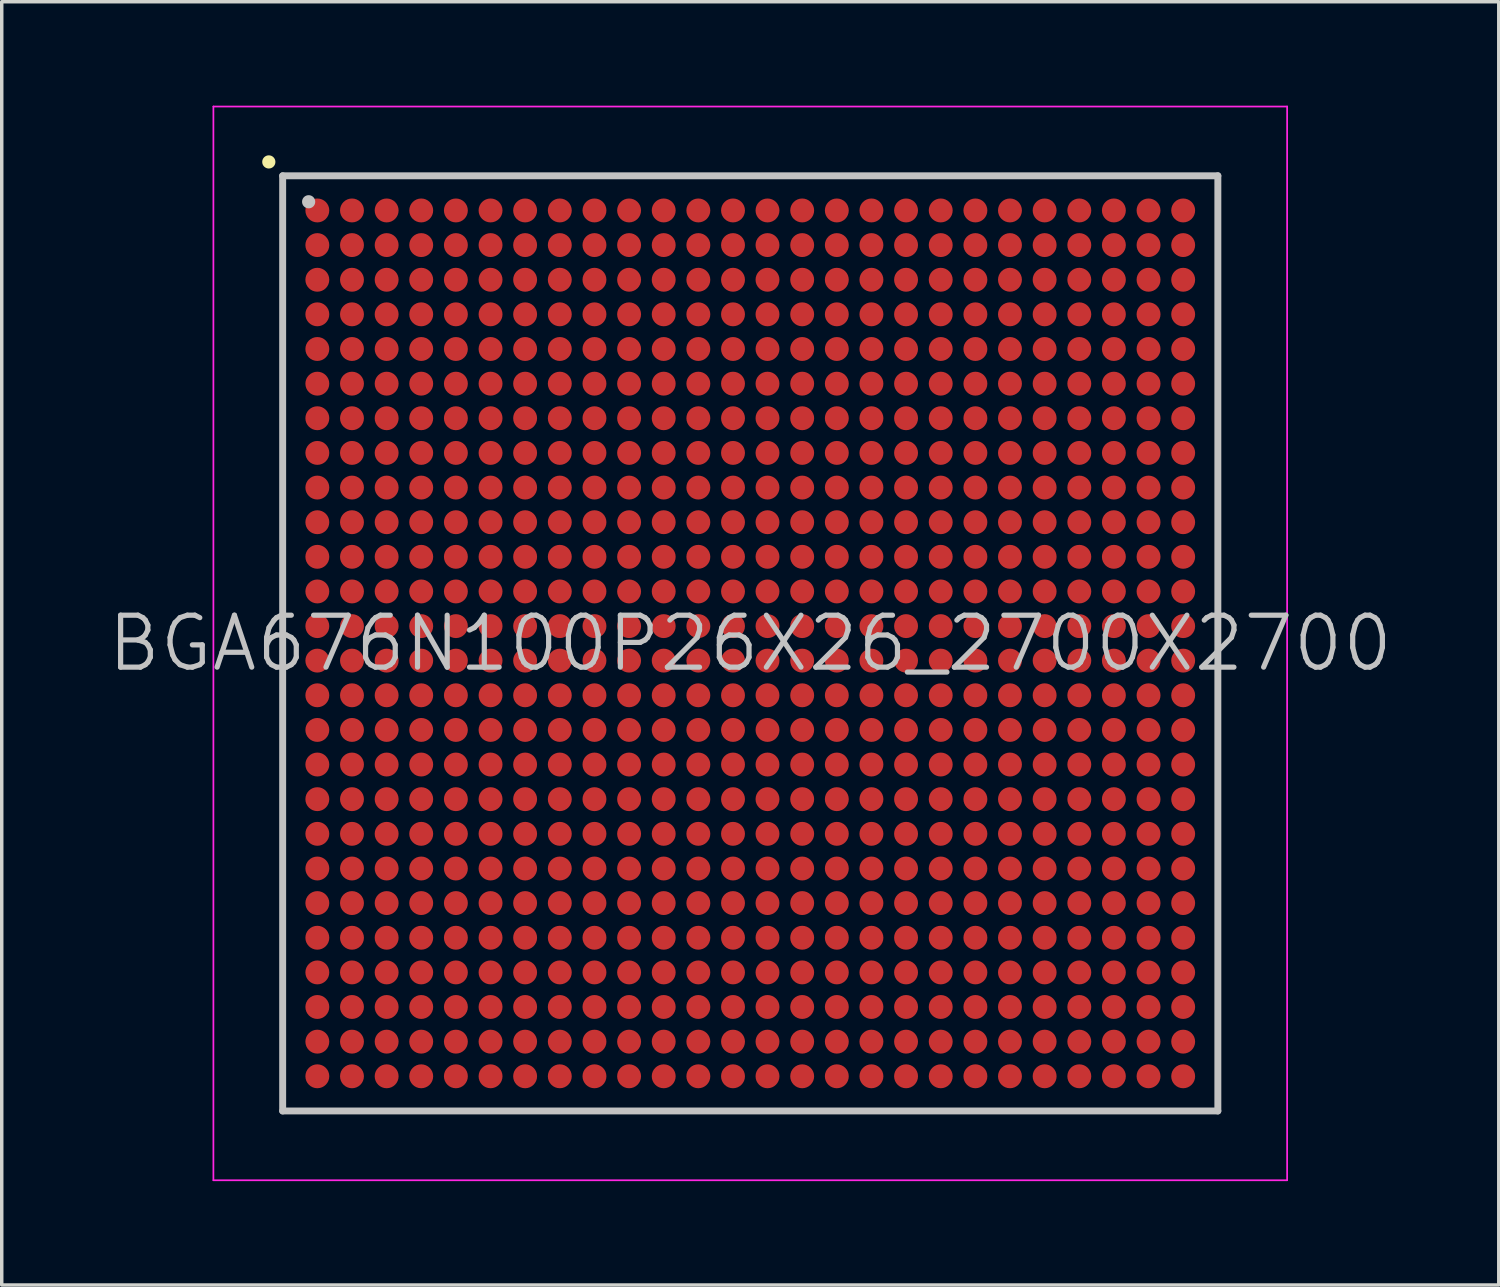
<source format=kicad_pcb>
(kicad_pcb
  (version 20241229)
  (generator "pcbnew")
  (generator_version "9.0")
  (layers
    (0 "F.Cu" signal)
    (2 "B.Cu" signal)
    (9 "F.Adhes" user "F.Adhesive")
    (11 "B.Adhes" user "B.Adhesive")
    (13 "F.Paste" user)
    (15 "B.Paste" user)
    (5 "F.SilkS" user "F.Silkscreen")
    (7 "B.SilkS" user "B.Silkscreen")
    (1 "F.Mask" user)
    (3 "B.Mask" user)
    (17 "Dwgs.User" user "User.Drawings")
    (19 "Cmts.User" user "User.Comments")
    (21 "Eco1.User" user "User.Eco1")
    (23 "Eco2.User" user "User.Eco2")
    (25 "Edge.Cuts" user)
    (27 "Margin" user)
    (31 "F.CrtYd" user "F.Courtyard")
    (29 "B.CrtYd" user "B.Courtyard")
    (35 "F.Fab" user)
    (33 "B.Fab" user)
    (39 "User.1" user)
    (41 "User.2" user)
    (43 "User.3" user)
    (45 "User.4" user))
  (footprint "BGA676N100P26X26_2700X2700"
    (layer "F.Cu")
    (at 18.611 15.525)
    (property "Reference" "BGA676N100P26X26_2700X2700" (at 0 0 0) (layer "Dwgs.User") (effects (font (size 1.5 1.5) (thickness 0.15))))
    (attr smd)
    (fp_line (start -13.9 -13.9) (end -13.9 -13.9) (stroke (width 0.381) (type solid)) (layer "F.SilkS"))
    (fp_line (start -13.5 -13.5) (end -13.5 13.5) (stroke (width 0.2) (type solid)) (layer "Dwgs.User"))
    (fp_line (start -13.5 -13.5) (end 13.5 -13.5) (stroke (width 0.2) (type solid)) (layer "Dwgs.User"))
    (fp_line (start -13.5 13.5) (end 13.5 13.5) (stroke (width 0.2) (type solid)) (layer "Dwgs.User"))
    (fp_line (start -12.75 -12.75) (end -12.75 -12.75) (stroke (width 0.381) (type solid)) (layer "Dwgs.User"))
    (fp_line (start 13.5 -13.5) (end 13.5 13.5) (stroke (width 0.2) (type solid)) (layer "Dwgs.User"))
    (fp_line (start -15.5 -15.5) (end -15.5 15.5) (stroke (width 0.05) (type solid)) (layer "F.CrtYd"))
    (fp_line (start -15.5 -15.5) (end 15.5 -15.5) (stroke (width 0.05) (type solid)) (layer "F.CrtYd"))
    (fp_line (start -15.5 15.5) (end 15.5 15.5) (stroke (width 0.05) (type solid)) (layer "F.CrtYd"))
    (fp_line (start 15.5 -15.5) (end 15.5 15.5) (stroke (width 0.05) (type solid)) (layer "F.CrtYd"))
    (pad "A1" smd circle (at -12.499 -12.499 270) (size 0.69 0.69) (layers "F.Cu" "F.Mask" "F.Paste"))
    (pad "A2" smd circle (at -11.499 -12.499 270) (size 0.69 0.69) (layers "F.Cu" "F.Mask" "F.Paste"))
    (pad "A3" smd circle (at -10.498 -12.499 270) (size 0.69 0.69) (layers "F.Cu" "F.Mask" "F.Paste"))
    (pad "A4" smd circle (at -9.5 -12.499 270) (size 0.69 0.69) (layers "F.Cu" "F.Mask" "F.Paste"))
    (pad "A5" smd circle (at -8.499 -12.499 270) (size 0.69 0.69) (layers "F.Cu" "F.Mask" "F.Paste"))
    (pad "A6" smd circle (at -7.498 -12.499 270) (size 0.69 0.69) (layers "F.Cu" "F.Mask" "F.Paste"))
    (pad "A7" smd circle (at -6.5 -12.499 270) (size 0.69 0.69) (layers "F.Cu" "F.Mask" "F.Paste"))
    (pad "A8" smd circle (at -5.499 -12.499 270) (size 0.69 0.69) (layers "F.Cu" "F.Mask" "F.Paste"))
    (pad "A9" smd circle (at -4.498 -12.499 270) (size 0.69 0.69) (layers "F.Cu" "F.Mask" "F.Paste"))
    (pad "A10" smd circle (at -3.498 -12.499 270) (size 0.69 0.69) (layers "F.Cu" "F.Mask" "F.Paste"))
    (pad "A11" smd circle (at -2.499 -12.499 270) (size 0.69 0.69) (layers "F.Cu" "F.Mask" "F.Paste"))
    (pad "A12" smd circle (at -1.499 -12.499 270) (size 0.69 0.69) (layers "F.Cu" "F.Mask" "F.Paste"))
    (pad "A13" smd circle (at -0.498 -12.499 270) (size 0.69 0.69) (layers "F.Cu" "F.Mask" "F.Paste"))
    (pad "A14" smd circle (at 0.498 -12.499 270) (size 0.69 0.69) (layers "F.Cu" "F.Mask" "F.Paste"))
    (pad "A15" smd circle (at 1.499 -12.499 270) (size 0.69 0.69) (layers "F.Cu" "F.Mask" "F.Paste"))
    (pad "A16" smd circle (at 2.499 -12.499 270) (size 0.69 0.69) (layers "F.Cu" "F.Mask" "F.Paste"))
    (pad "A17" smd circle (at 3.498 -12.499 270) (size 0.69 0.69) (layers "F.Cu" "F.Mask" "F.Paste"))
    (pad "A18" smd circle (at 4.498 -12.499 270) (size 0.69 0.69) (layers "F.Cu" "F.Mask" "F.Paste"))
    (pad "A19" smd circle (at 5.499 -12.499 270) (size 0.69 0.69) (layers "F.Cu" "F.Mask" "F.Paste"))
    (pad "A20" smd circle (at 6.5 -12.499 270) (size 0.69 0.69) (layers "F.Cu" "F.Mask" "F.Paste"))
    (pad "A21" smd circle (at 7.498 -12.499 270) (size 0.69 0.69) (layers "F.Cu" "F.Mask" "F.Paste"))
    (pad "A22" smd circle (at 8.499 -12.499 270) (size 0.69 0.69) (layers "F.Cu" "F.Mask" "F.Paste"))
    (pad "A23" smd circle (at 9.5 -12.499 270) (size 0.69 0.69) (layers "F.Cu" "F.Mask" "F.Paste"))
    (pad "A24" smd circle (at 10.498 -12.499 270) (size 0.69 0.69) (layers "F.Cu" "F.Mask" "F.Paste"))
    (pad "A25" smd circle (at 11.499 -12.499 270) (size 0.69 0.69) (layers "F.Cu" "F.Mask" "F.Paste"))
    (pad "A26" smd circle (at 12.499 -12.499 270) (size 0.69 0.69) (layers "F.Cu" "F.Mask" "F.Paste"))
    (pad "AA1" smd circle (at -12.499 7.498 270) (size 0.69 0.69) (layers "F.Cu" "F.Mask" "F.Paste"))
    (pad "AA2" smd circle (at -11.499 7.498 270) (size 0.69 0.69) (layers "F.Cu" "F.Mask" "F.Paste"))
    (pad "AA3" smd circle (at -10.498 7.498 270) (size 0.69 0.69) (layers "F.Cu" "F.Mask" "F.Paste"))
    (pad "AA4" smd circle (at -9.5 7.498 270) (size 0.69 0.69) (layers "F.Cu" "F.Mask" "F.Paste"))
    (pad "AA5" smd circle (at -8.499 7.498 270) (size 0.69 0.69) (layers "F.Cu" "F.Mask" "F.Paste"))
    (pad "AA6" smd circle (at -7.498 7.498 270) (size 0.69 0.69) (layers "F.Cu" "F.Mask" "F.Paste"))
    (pad "AA7" smd circle (at -6.5 7.498 270) (size 0.69 0.69) (layers "F.Cu" "F.Mask" "F.Paste"))
    (pad "AA8" smd circle (at -5.499 7.498 270) (size 0.69 0.69) (layers "F.Cu" "F.Mask" "F.Paste"))
    (pad "AA9" smd circle (at -4.498 7.498 270) (size 0.69 0.69) (layers "F.Cu" "F.Mask" "F.Paste"))
    (pad "AA10" smd circle (at -3.498 7.498 270) (size 0.69 0.69) (layers "F.Cu" "F.Mask" "F.Paste"))
    (pad "AA11" smd circle (at -2.499 7.498 270) (size 0.69 0.69) (layers "F.Cu" "F.Mask" "F.Paste"))
    (pad "AA12" smd circle (at -1.499 7.498 270) (size 0.69 0.69) (layers "F.Cu" "F.Mask" "F.Paste"))
    (pad "AA13" smd circle (at -0.498 7.498 270) (size 0.69 0.69) (layers "F.Cu" "F.Mask" "F.Paste"))
    (pad "AA14" smd circle (at 0.498 7.498 270) (size 0.69 0.69) (layers "F.Cu" "F.Mask" "F.Paste"))
    (pad "AA15" smd circle (at 1.499 7.498 270) (size 0.69 0.69) (layers "F.Cu" "F.Mask" "F.Paste"))
    (pad "AA16" smd circle (at 2.499 7.498 270) (size 0.69 0.69) (layers "F.Cu" "F.Mask" "F.Paste"))
    (pad "AA17" smd circle (at 3.498 7.498 270) (size 0.69 0.69) (layers "F.Cu" "F.Mask" "F.Paste"))
    (pad "AA18" smd circle (at 4.498 7.498 270) (size 0.69 0.69) (layers "F.Cu" "F.Mask" "F.Paste"))
    (pad "AA19" smd circle (at 5.499 7.498 270) (size 0.69 0.69) (layers "F.Cu" "F.Mask" "F.Paste"))
    (pad "AA20" smd circle (at 6.5 7.498 270) (size 0.69 0.69) (layers "F.Cu" "F.Mask" "F.Paste"))
    (pad "AA21" smd circle (at 7.498 7.498 270) (size 0.69 0.69) (layers "F.Cu" "F.Mask" "F.Paste"))
    (pad "AA22" smd circle (at 8.499 7.498 270) (size 0.69 0.69) (layers "F.Cu" "F.Mask" "F.Paste"))
    (pad "AA23" smd circle (at 9.5 7.498 270) (size 0.69 0.69) (layers "F.Cu" "F.Mask" "F.Paste"))
    (pad "AA24" smd circle (at 10.498 7.498 270) (size 0.69 0.69) (layers "F.Cu" "F.Mask" "F.Paste"))
    (pad "AA25" smd circle (at 11.499 7.498 270) (size 0.69 0.69) (layers "F.Cu" "F.Mask" "F.Paste"))
    (pad "AA26" smd circle (at 12.499 7.498 270) (size 0.69 0.69) (layers "F.Cu" "F.Mask" "F.Paste"))
    (pad "AB1" smd circle (at -12.499 8.499 270) (size 0.69 0.69) (layers "F.Cu" "F.Mask" "F.Paste"))
    (pad "AB2" smd circle (at -11.499 8.499 270) (size 0.69 0.69) (layers "F.Cu" "F.Mask" "F.Paste"))
    (pad "AB3" smd circle (at -10.498 8.499 270) (size 0.69 0.69) (layers "F.Cu" "F.Mask" "F.Paste"))
    (pad "AB4" smd circle (at -9.5 8.499 270) (size 0.69 0.69) (layers "F.Cu" "F.Mask" "F.Paste"))
    (pad "AB5" smd circle (at -8.499 8.499 270) (size 0.69 0.69) (layers "F.Cu" "F.Mask" "F.Paste"))
    (pad "AB6" smd circle (at -7.498 8.499 270) (size 0.69 0.69) (layers "F.Cu" "F.Mask" "F.Paste"))
    (pad "AB7" smd circle (at -6.5 8.499 270) (size 0.69 0.69) (layers "F.Cu" "F.Mask" "F.Paste"))
    (pad "AB8" smd circle (at -5.499 8.499 270) (size 0.69 0.69) (layers "F.Cu" "F.Mask" "F.Paste"))
    (pad "AB9" smd circle (at -4.498 8.499 270) (size 0.69 0.69) (layers "F.Cu" "F.Mask" "F.Paste"))
    (pad "AB10" smd circle (at -3.498 8.499 270) (size 0.69 0.69) (layers "F.Cu" "F.Mask" "F.Paste"))
    (pad "AB11" smd circle (at -2.499 8.499 270) (size 0.69 0.69) (layers "F.Cu" "F.Mask" "F.Paste"))
    (pad "AB12" smd circle (at -1.499 8.499 270) (size 0.69 0.69) (layers "F.Cu" "F.Mask" "F.Paste"))
    (pad "AB13" smd circle (at -0.498 8.499 270) (size 0.69 0.69) (layers "F.Cu" "F.Mask" "F.Paste"))
    (pad "AB14" smd circle (at 0.498 8.499 270) (size 0.69 0.69) (layers "F.Cu" "F.Mask" "F.Paste"))
    (pad "AB15" smd circle (at 1.499 8.499 270) (size 0.69 0.69) (layers "F.Cu" "F.Mask" "F.Paste"))
    (pad "AB16" smd circle (at 2.499 8.499 270) (size 0.69 0.69) (layers "F.Cu" "F.Mask" "F.Paste"))
    (pad "AB17" smd circle (at 3.498 8.499 270) (size 0.69 0.69) (layers "F.Cu" "F.Mask" "F.Paste"))
    (pad "AB18" smd circle (at 4.498 8.499 270) (size 0.69 0.69) (layers "F.Cu" "F.Mask" "F.Paste"))
    (pad "AB19" smd circle (at 5.499 8.499 270) (size 0.69 0.69) (layers "F.Cu" "F.Mask" "F.Paste"))
    (pad "AB20" smd circle (at 6.5 8.499 270) (size 0.69 0.69) (layers "F.Cu" "F.Mask" "F.Paste"))
    (pad "AB21" smd circle (at 7.498 8.499 270) (size 0.69 0.69) (layers "F.Cu" "F.Mask" "F.Paste"))
    (pad "AB22" smd circle (at 8.499 8.499 270) (size 0.69 0.69) (layers "F.Cu" "F.Mask" "F.Paste"))
    (pad "AB23" smd circle (at 9.5 8.499 270) (size 0.69 0.69) (layers "F.Cu" "F.Mask" "F.Paste"))
    (pad "AB24" smd circle (at 10.498 8.499 270) (size 0.69 0.69) (layers "F.Cu" "F.Mask" "F.Paste"))
    (pad "AB25" smd circle (at 11.499 8.499 270) (size 0.69 0.69) (layers "F.Cu" "F.Mask" "F.Paste"))
    (pad "AB26" smd circle (at 12.499 8.499 270) (size 0.69 0.69) (layers "F.Cu" "F.Mask" "F.Paste"))
    (pad "AC1" smd circle (at -12.499 9.5 270) (size 0.69 0.69) (layers "F.Cu" "F.Mask" "F.Paste"))
    (pad "AC2" smd circle (at -11.499 9.5 270) (size 0.69 0.69) (layers "F.Cu" "F.Mask" "F.Paste"))
    (pad "AC3" smd circle (at -10.498 9.5 270) (size 0.69 0.69) (layers "F.Cu" "F.Mask" "F.Paste"))
    (pad "AC4" smd circle (at -9.5 9.5 270) (size 0.69 0.69) (layers "F.Cu" "F.Mask" "F.Paste"))
    (pad "AC5" smd circle (at -8.499 9.5 270) (size 0.69 0.69) (layers "F.Cu" "F.Mask" "F.Paste"))
    (pad "AC6" smd circle (at -7.498 9.5 270) (size 0.69 0.69) (layers "F.Cu" "F.Mask" "F.Paste"))
    (pad "AC7" smd circle (at -6.5 9.5 270) (size 0.69 0.69) (layers "F.Cu" "F.Mask" "F.Paste"))
    (pad "AC8" smd circle (at -5.499 9.5 270) (size 0.69 0.69) (layers "F.Cu" "F.Mask" "F.Paste"))
    (pad "AC9" smd circle (at -4.498 9.5 270) (size 0.69 0.69) (layers "F.Cu" "F.Mask" "F.Paste"))
    (pad "AC10" smd circle (at -3.498 9.5 270) (size 0.69 0.69) (layers "F.Cu" "F.Mask" "F.Paste"))
    (pad "AC11" smd circle (at -2.499 9.5 270) (size 0.69 0.69) (layers "F.Cu" "F.Mask" "F.Paste"))
    (pad "AC12" smd circle (at -1.499 9.5 270) (size 0.69 0.69) (layers "F.Cu" "F.Mask" "F.Paste"))
    (pad "AC13" smd circle (at -0.498 9.5 270) (size 0.69 0.69) (layers "F.Cu" "F.Mask" "F.Paste"))
    (pad "AC14" smd circle (at 0.498 9.5 270) (size 0.69 0.69) (layers "F.Cu" "F.Mask" "F.Paste"))
    (pad "AC15" smd circle (at 1.499 9.5 270) (size 0.69 0.69) (layers "F.Cu" "F.Mask" "F.Paste"))
    (pad "AC16" smd circle (at 2.499 9.5 270) (size 0.69 0.69) (layers "F.Cu" "F.Mask" "F.Paste"))
    (pad "AC17" smd circle (at 3.498 9.5 270) (size 0.69 0.69) (layers "F.Cu" "F.Mask" "F.Paste"))
    (pad "AC18" smd circle (at 4.498 9.5 270) (size 0.69 0.69) (layers "F.Cu" "F.Mask" "F.Paste"))
    (pad "AC19" smd circle (at 5.499 9.5 270) (size 0.69 0.69) (layers "F.Cu" "F.Mask" "F.Paste"))
    (pad "AC20" smd circle (at 6.5 9.5 270) (size 0.69 0.69) (layers "F.Cu" "F.Mask" "F.Paste"))
    (pad "AC21" smd circle (at 7.498 9.5 270) (size 0.69 0.69) (layers "F.Cu" "F.Mask" "F.Paste"))
    (pad "AC22" smd circle (at 8.499 9.5 270) (size 0.69 0.69) (layers "F.Cu" "F.Mask" "F.Paste"))
    (pad "AC23" smd circle (at 9.5 9.5 270) (size 0.69 0.69) (layers "F.Cu" "F.Mask" "F.Paste"))
    (pad "AC24" smd circle (at 10.498 9.5 270) (size 0.69 0.69) (layers "F.Cu" "F.Mask" "F.Paste"))
    (pad "AC25" smd circle (at 11.499 9.5 270) (size 0.69 0.69) (layers "F.Cu" "F.Mask" "F.Paste"))
    (pad "AC26" smd circle (at 12.499 9.5 270) (size 0.69 0.69) (layers "F.Cu" "F.Mask" "F.Paste"))
    (pad "AD1" smd circle (at -12.499 10.498 270) (size 0.69 0.69) (layers "F.Cu" "F.Mask" "F.Paste"))
    (pad "AD2" smd circle (at -11.499 10.498 270) (size 0.69 0.69) (layers "F.Cu" "F.Mask" "F.Paste"))
    (pad "AD3" smd circle (at -10.498 10.498 270) (size 0.69 0.69) (layers "F.Cu" "F.Mask" "F.Paste"))
    (pad "AD4" smd circle (at -9.5 10.498 270) (size 0.69 0.69) (layers "F.Cu" "F.Mask" "F.Paste"))
    (pad "AD5" smd circle (at -8.499 10.498 270) (size 0.69 0.69) (layers "F.Cu" "F.Mask" "F.Paste"))
    (pad "AD6" smd circle (at -7.498 10.498 270) (size 0.69 0.69) (layers "F.Cu" "F.Mask" "F.Paste"))
    (pad "AD7" smd circle (at -6.5 10.498 270) (size 0.69 0.69) (layers "F.Cu" "F.Mask" "F.Paste"))
    (pad "AD8" smd circle (at -5.499 10.498 270) (size 0.69 0.69) (layers "F.Cu" "F.Mask" "F.Paste"))
    (pad "AD9" smd circle (at -4.498 10.498 270) (size 0.69 0.69) (layers "F.Cu" "F.Mask" "F.Paste"))
    (pad "AD10" smd circle (at -3.498 10.498 270) (size 0.69 0.69) (layers "F.Cu" "F.Mask" "F.Paste"))
    (pad "AD11" smd circle (at -2.499 10.498 270) (size 0.69 0.69) (layers "F.Cu" "F.Mask" "F.Paste"))
    (pad "AD12" smd circle (at -1.499 10.498 270) (size 0.69 0.69) (layers "F.Cu" "F.Mask" "F.Paste"))
    (pad "AD13" smd circle (at -0.498 10.498 270) (size 0.69 0.69) (layers "F.Cu" "F.Mask" "F.Paste"))
    (pad "AD14" smd circle (at 0.498 10.498 270) (size 0.69 0.69) (layers "F.Cu" "F.Mask" "F.Paste"))
    (pad "AD15" smd circle (at 1.499 10.498 270) (size 0.69 0.69) (layers "F.Cu" "F.Mask" "F.Paste"))
    (pad "AD16" smd circle (at 2.499 10.498 270) (size 0.69 0.69) (layers "F.Cu" "F.Mask" "F.Paste"))
    (pad "AD17" smd circle (at 3.498 10.498 270) (size 0.69 0.69) (layers "F.Cu" "F.Mask" "F.Paste"))
    (pad "AD18" smd circle (at 4.498 10.498 270) (size 0.69 0.69) (layers "F.Cu" "F.Mask" "F.Paste"))
    (pad "AD19" smd circle (at 5.499 10.498 270) (size 0.69 0.69) (layers "F.Cu" "F.Mask" "F.Paste"))
    (pad "AD20" smd circle (at 6.5 10.498 270) (size 0.69 0.69) (layers "F.Cu" "F.Mask" "F.Paste"))
    (pad "AD21" smd circle (at 7.498 10.498 270) (size 0.69 0.69) (layers "F.Cu" "F.Mask" "F.Paste"))
    (pad "AD22" smd circle (at 8.499 10.498 270) (size 0.69 0.69) (layers "F.Cu" "F.Mask" "F.Paste"))
    (pad "AD23" smd circle (at 9.5 10.498 270) (size 0.69 0.69) (layers "F.Cu" "F.Mask" "F.Paste"))
    (pad "AD24" smd circle (at 10.498 10.498 270) (size 0.69 0.69) (layers "F.Cu" "F.Mask" "F.Paste"))
    (pad "AD25" smd circle (at 11.499 10.498 270) (size 0.69 0.69) (layers "F.Cu" "F.Mask" "F.Paste"))
    (pad "AD26" smd circle (at 12.499 10.498 270) (size 0.69 0.69) (layers "F.Cu" "F.Mask" "F.Paste"))
    (pad "AE1" smd circle (at -12.499 11.499 270) (size 0.69 0.69) (layers "F.Cu" "F.Mask" "F.Paste"))
    (pad "AE2" smd circle (at -11.499 11.499 270) (size 0.69 0.69) (layers "F.Cu" "F.Mask" "F.Paste"))
    (pad "AE3" smd circle (at -10.498 11.499 270) (size 0.69 0.69) (layers "F.Cu" "F.Mask" "F.Paste"))
    (pad "AE4" smd circle (at -9.5 11.499 270) (size 0.69 0.69) (layers "F.Cu" "F.Mask" "F.Paste"))
    (pad "AE5" smd circle (at -8.499 11.499 270) (size 0.69 0.69) (layers "F.Cu" "F.Mask" "F.Paste"))
    (pad "AE6" smd circle (at -7.498 11.499 270) (size 0.69 0.69) (layers "F.Cu" "F.Mask" "F.Paste"))
    (pad "AE7" smd circle (at -6.5 11.499 270) (size 0.69 0.69) (layers "F.Cu" "F.Mask" "F.Paste"))
    (pad "AE8" smd circle (at -5.499 11.499 270) (size 0.69 0.69) (layers "F.Cu" "F.Mask" "F.Paste"))
    (pad "AE9" smd circle (at -4.498 11.499 270) (size 0.69 0.69) (layers "F.Cu" "F.Mask" "F.Paste"))
    (pad "AE10" smd circle (at -3.498 11.499 270) (size 0.69 0.69) (layers "F.Cu" "F.Mask" "F.Paste"))
    (pad "AE11" smd circle (at -2.499 11.499 270) (size 0.69 0.69) (layers "F.Cu" "F.Mask" "F.Paste"))
    (pad "AE12" smd circle (at -1.499 11.499 270) (size 0.69 0.69) (layers "F.Cu" "F.Mask" "F.Paste"))
    (pad "AE13" smd circle (at -0.498 11.499 270) (size 0.69 0.69) (layers "F.Cu" "F.Mask" "F.Paste"))
    (pad "AE14" smd circle (at 0.498 11.499 270) (size 0.69 0.69) (layers "F.Cu" "F.Mask" "F.Paste"))
    (pad "AE15" smd circle (at 1.499 11.499 270) (size 0.69 0.69) (layers "F.Cu" "F.Mask" "F.Paste"))
    (pad "AE16" smd circle (at 2.499 11.499 270) (size 0.69 0.69) (layers "F.Cu" "F.Mask" "F.Paste"))
    (pad "AE17" smd circle (at 3.498 11.499 270) (size 0.69 0.69) (layers "F.Cu" "F.Mask" "F.Paste"))
    (pad "AE18" smd circle (at 4.498 11.499 270) (size 0.69 0.69) (layers "F.Cu" "F.Mask" "F.Paste"))
    (pad "AE19" smd circle (at 5.499 11.499 270) (size 0.69 0.69) (layers "F.Cu" "F.Mask" "F.Paste"))
    (pad "AE20" smd circle (at 6.5 11.499 270) (size 0.69 0.69) (layers "F.Cu" "F.Mask" "F.Paste"))
    (pad "AE21" smd circle (at 7.498 11.499 270) (size 0.69 0.69) (layers "F.Cu" "F.Mask" "F.Paste"))
    (pad "AE22" smd circle (at 8.499 11.499 270) (size 0.69 0.69) (layers "F.Cu" "F.Mask" "F.Paste"))
    (pad "AE23" smd circle (at 9.5 11.499 270) (size 0.69 0.69) (layers "F.Cu" "F.Mask" "F.Paste"))
    (pad "AE24" smd circle (at 10.498 11.499 270) (size 0.69 0.69) (layers "F.Cu" "F.Mask" "F.Paste"))
    (pad "AE25" smd circle (at 11.499 11.499 270) (size 0.69 0.69) (layers "F.Cu" "F.Mask" "F.Paste"))
    (pad "AE26" smd circle (at 12.499 11.499 270) (size 0.69 0.69) (layers "F.Cu" "F.Mask" "F.Paste"))
    (pad "AF1" smd circle (at -12.499 12.499 270) (size 0.69 0.69) (layers "F.Cu" "F.Mask" "F.Paste"))
    (pad "AF2" smd circle (at -11.499 12.499 270) (size 0.69 0.69) (layers "F.Cu" "F.Mask" "F.Paste"))
    (pad "AF3" smd circle (at -10.498 12.499 270) (size 0.69 0.69) (layers "F.Cu" "F.Mask" "F.Paste"))
    (pad "AF4" smd circle (at -9.5 12.499 270) (size 0.69 0.69) (layers "F.Cu" "F.Mask" "F.Paste"))
    (pad "AF5" smd circle (at -8.499 12.499 270) (size 0.69 0.69) (layers "F.Cu" "F.Mask" "F.Paste"))
    (pad "AF6" smd circle (at -7.498 12.499 270) (size 0.69 0.69) (layers "F.Cu" "F.Mask" "F.Paste"))
    (pad "AF7" smd circle (at -6.5 12.499 270) (size 0.69 0.69) (layers "F.Cu" "F.Mask" "F.Paste"))
    (pad "AF8" smd circle (at -5.499 12.499 270) (size 0.69 0.69) (layers "F.Cu" "F.Mask" "F.Paste"))
    (pad "AF9" smd circle (at -4.498 12.499 270) (size 0.69 0.69) (layers "F.Cu" "F.Mask" "F.Paste"))
    (pad "AF10" smd circle (at -3.498 12.499 270) (size 0.69 0.69) (layers "F.Cu" "F.Mask" "F.Paste"))
    (pad "AF11" smd circle (at -2.499 12.499 270) (size 0.69 0.69) (layers "F.Cu" "F.Mask" "F.Paste"))
    (pad "AF12" smd circle (at -1.499 12.499 270) (size 0.69 0.69) (layers "F.Cu" "F.Mask" "F.Paste"))
    (pad "AF13" smd circle (at -0.498 12.499 270) (size 0.69 0.69) (layers "F.Cu" "F.Mask" "F.Paste"))
    (pad "AF14" smd circle (at 0.498 12.499 270) (size 0.69 0.69) (layers "F.Cu" "F.Mask" "F.Paste"))
    (pad "AF15" smd circle (at 1.499 12.499 270) (size 0.69 0.69) (layers "F.Cu" "F.Mask" "F.Paste"))
    (pad "AF16" smd circle (at 2.499 12.499 270) (size 0.69 0.69) (layers "F.Cu" "F.Mask" "F.Paste"))
    (pad "AF17" smd circle (at 3.498 12.499 270) (size 0.69 0.69) (layers "F.Cu" "F.Mask" "F.Paste"))
    (pad "AF18" smd circle (at 4.498 12.499 270) (size 0.69 0.69) (layers "F.Cu" "F.Mask" "F.Paste"))
    (pad "AF19" smd circle (at 5.499 12.499 270) (size 0.69 0.69) (layers "F.Cu" "F.Mask" "F.Paste"))
    (pad "AF20" smd circle (at 6.5 12.499 270) (size 0.69 0.69) (layers "F.Cu" "F.Mask" "F.Paste"))
    (pad "AF21" smd circle (at 7.498 12.499 270) (size 0.69 0.69) (layers "F.Cu" "F.Mask" "F.Paste"))
    (pad "AF22" smd circle (at 8.499 12.499 270) (size 0.69 0.69) (layers "F.Cu" "F.Mask" "F.Paste"))
    (pad "AF23" smd circle (at 9.5 12.499 270) (size 0.69 0.69) (layers "F.Cu" "F.Mask" "F.Paste"))
    (pad "AF24" smd circle (at 10.498 12.499 270) (size 0.69 0.69) (layers "F.Cu" "F.Mask" "F.Paste"))
    (pad "AF25" smd circle (at 11.499 12.499 270) (size 0.69 0.69) (layers "F.Cu" "F.Mask" "F.Paste"))
    (pad "AF26" smd circle (at 12.499 12.499 270) (size 0.69 0.69) (layers "F.Cu" "F.Mask" "F.Paste"))
    (pad "B1" smd circle (at -12.499 -11.499 270) (size 0.69 0.69) (layers "F.Cu" "F.Mask" "F.Paste"))
    (pad "B2" smd circle (at -11.499 -11.499 270) (size 0.69 0.69) (layers "F.Cu" "F.Mask" "F.Paste"))
    (pad "B3" smd circle (at -10.498 -11.499 270) (size 0.69 0.69) (layers "F.Cu" "F.Mask" "F.Paste"))
    (pad "B4" smd circle (at -9.5 -11.499 270) (size 0.69 0.69) (layers "F.Cu" "F.Mask" "F.Paste"))
    (pad "B5" smd circle (at -8.499 -11.499 270) (size 0.69 0.69) (layers "F.Cu" "F.Mask" "F.Paste"))
    (pad "B6" smd circle (at -7.498 -11.499 270) (size 0.69 0.69) (layers "F.Cu" "F.Mask" "F.Paste"))
    (pad "B7" smd circle (at -6.5 -11.499 270) (size 0.69 0.69) (layers "F.Cu" "F.Mask" "F.Paste"))
    (pad "B8" smd circle (at -5.499 -11.499 270) (size 0.69 0.69) (layers "F.Cu" "F.Mask" "F.Paste"))
    (pad "B9" smd circle (at -4.498 -11.499 270) (size 0.69 0.69) (layers "F.Cu" "F.Mask" "F.Paste"))
    (pad "B10" smd circle (at -3.498 -11.499 270) (size 0.69 0.69) (layers "F.Cu" "F.Mask" "F.Paste"))
    (pad "B11" smd circle (at -2.499 -11.499 270) (size 0.69 0.69) (layers "F.Cu" "F.Mask" "F.Paste"))
    (pad "B12" smd circle (at -1.499 -11.499 270) (size 0.69 0.69) (layers "F.Cu" "F.Mask" "F.Paste"))
    (pad "B13" smd circle (at -0.498 -11.499 270) (size 0.69 0.69) (layers "F.Cu" "F.Mask" "F.Paste"))
    (pad "B14" smd circle (at 0.498 -11.499 270) (size 0.69 0.69) (layers "F.Cu" "F.Mask" "F.Paste"))
    (pad "B15" smd circle (at 1.499 -11.499 270) (size 0.69 0.69) (layers "F.Cu" "F.Mask" "F.Paste"))
    (pad "B16" smd circle (at 2.499 -11.499 270) (size 0.69 0.69) (layers "F.Cu" "F.Mask" "F.Paste"))
    (pad "B17" smd circle (at 3.498 -11.499 270) (size 0.69 0.69) (layers "F.Cu" "F.Mask" "F.Paste"))
    (pad "B18" smd circle (at 4.498 -11.499 270) (size 0.69 0.69) (layers "F.Cu" "F.Mask" "F.Paste"))
    (pad "B19" smd circle (at 5.499 -11.499 270) (size 0.69 0.69) (layers "F.Cu" "F.Mask" "F.Paste"))
    (pad "B20" smd circle (at 6.5 -11.499 270) (size 0.69 0.69) (layers "F.Cu" "F.Mask" "F.Paste"))
    (pad "B21" smd circle (at 7.498 -11.499 270) (size 0.69 0.69) (layers "F.Cu" "F.Mask" "F.Paste"))
    (pad "B22" smd circle (at 8.499 -11.499 270) (size 0.69 0.69) (layers "F.Cu" "F.Mask" "F.Paste"))
    (pad "B23" smd circle (at 9.5 -11.499 270) (size 0.69 0.69) (layers "F.Cu" "F.Mask" "F.Paste"))
    (pad "B24" smd circle (at 10.498 -11.499 270) (size 0.69 0.69) (layers "F.Cu" "F.Mask" "F.Paste"))
    (pad "B25" smd circle (at 11.499 -11.499 270) (size 0.69 0.69) (layers "F.Cu" "F.Mask" "F.Paste"))
    (pad "B26" smd circle (at 12.499 -11.499 270) (size 0.69 0.69) (layers "F.Cu" "F.Mask" "F.Paste"))
    (pad "C1" smd circle (at -12.499 -10.498 270) (size 0.69 0.69) (layers "F.Cu" "F.Mask" "F.Paste"))
    (pad "C2" smd circle (at -11.499 -10.498 270) (size 0.69 0.69) (layers "F.Cu" "F.Mask" "F.Paste"))
    (pad "C3" smd circle (at -10.498 -10.498 270) (size 0.69 0.69) (layers "F.Cu" "F.Mask" "F.Paste"))
    (pad "C4" smd circle (at -9.5 -10.498 270) (size 0.69 0.69) (layers "F.Cu" "F.Mask" "F.Paste"))
    (pad "C5" smd circle (at -8.499 -10.498 270) (size 0.69 0.69) (layers "F.Cu" "F.Mask" "F.Paste"))
    (pad "C6" smd circle (at -7.498 -10.498 270) (size 0.69 0.69) (layers "F.Cu" "F.Mask" "F.Paste"))
    (pad "C7" smd circle (at -6.5 -10.498 270) (size 0.69 0.69) (layers "F.Cu" "F.Mask" "F.Paste"))
    (pad "C8" smd circle (at -5.499 -10.498 270) (size 0.69 0.69) (layers "F.Cu" "F.Mask" "F.Paste"))
    (pad "C9" smd circle (at -4.498 -10.498 270) (size 0.69 0.69) (layers "F.Cu" "F.Mask" "F.Paste"))
    (pad "C10" smd circle (at -3.498 -10.498 270) (size 0.69 0.69) (layers "F.Cu" "F.Mask" "F.Paste"))
    (pad "C11" smd circle (at -2.499 -10.498 270) (size 0.69 0.69) (layers "F.Cu" "F.Mask" "F.Paste"))
    (pad "C12" smd circle (at -1.499 -10.498 270) (size 0.69 0.69) (layers "F.Cu" "F.Mask" "F.Paste"))
    (pad "C13" smd circle (at -0.498 -10.498 270) (size 0.69 0.69) (layers "F.Cu" "F.Mask" "F.Paste"))
    (pad "C14" smd circle (at 0.498 -10.498 270) (size 0.69 0.69) (layers "F.Cu" "F.Mask" "F.Paste"))
    (pad "C15" smd circle (at 1.499 -10.498 270) (size 0.69 0.69) (layers "F.Cu" "F.Mask" "F.Paste"))
    (pad "C16" smd circle (at 2.499 -10.498 270) (size 0.69 0.69) (layers "F.Cu" "F.Mask" "F.Paste"))
    (pad "C17" smd circle (at 3.498 -10.498 270) (size 0.69 0.69) (layers "F.Cu" "F.Mask" "F.Paste"))
    (pad "C18" smd circle (at 4.498 -10.498 270) (size 0.69 0.69) (layers "F.Cu" "F.Mask" "F.Paste"))
    (pad "C19" smd circle (at 5.499 -10.498 270) (size 0.69 0.69) (layers "F.Cu" "F.Mask" "F.Paste"))
    (pad "C20" smd circle (at 6.5 -10.498 270) (size 0.69 0.69) (layers "F.Cu" "F.Mask" "F.Paste"))
    (pad "C21" smd circle (at 7.498 -10.498 270) (size 0.69 0.69) (layers "F.Cu" "F.Mask" "F.Paste"))
    (pad "C22" smd circle (at 8.499 -10.498 270) (size 0.69 0.69) (layers "F.Cu" "F.Mask" "F.Paste"))
    (pad "C23" smd circle (at 9.5 -10.498 270) (size 0.69 0.69) (layers "F.Cu" "F.Mask" "F.Paste"))
    (pad "C24" smd circle (at 10.498 -10.498 270) (size 0.69 0.69) (layers "F.Cu" "F.Mask" "F.Paste"))
    (pad "C25" smd circle (at 11.499 -10.498 270) (size 0.69 0.69) (layers "F.Cu" "F.Mask" "F.Paste"))
    (pad "C26" smd circle (at 12.499 -10.498 270) (size 0.69 0.69) (layers "F.Cu" "F.Mask" "F.Paste"))
    (pad "D1" smd circle (at -12.499 -9.5 270) (size 0.69 0.69) (layers "F.Cu" "F.Mask" "F.Paste"))
    (pad "D2" smd circle (at -11.499 -9.5 270) (size 0.69 0.69) (layers "F.Cu" "F.Mask" "F.Paste"))
    (pad "D3" smd circle (at -10.498 -9.5 270) (size 0.69 0.69) (layers "F.Cu" "F.Mask" "F.Paste"))
    (pad "D4" smd circle (at -9.5 -9.5 270) (size 0.69 0.69) (layers "F.Cu" "F.Mask" "F.Paste"))
    (pad "D5" smd circle (at -8.499 -9.5 270) (size 0.69 0.69) (layers "F.Cu" "F.Mask" "F.Paste"))
    (pad "D6" smd circle (at -7.498 -9.5 270) (size 0.69 0.69) (layers "F.Cu" "F.Mask" "F.Paste"))
    (pad "D7" smd circle (at -6.5 -9.5 270) (size 0.69 0.69) (layers "F.Cu" "F.Mask" "F.Paste"))
    (pad "D8" smd circle (at -5.499 -9.5 270) (size 0.69 0.69) (layers "F.Cu" "F.Mask" "F.Paste"))
    (pad "D9" smd circle (at -4.498 -9.5 270) (size 0.69 0.69) (layers "F.Cu" "F.Mask" "F.Paste"))
    (pad "D10" smd circle (at -3.498 -9.5 270) (size 0.69 0.69) (layers "F.Cu" "F.Mask" "F.Paste"))
    (pad "D11" smd circle (at -2.499 -9.5 270) (size 0.69 0.69) (layers "F.Cu" "F.Mask" "F.Paste"))
    (pad "D12" smd circle (at -1.499 -9.5 270) (size 0.69 0.69) (layers "F.Cu" "F.Mask" "F.Paste"))
    (pad "D13" smd circle (at -0.498 -9.5 270) (size 0.69 0.69) (layers "F.Cu" "F.Mask" "F.Paste"))
    (pad "D14" smd circle (at 0.498 -9.5 270) (size 0.69 0.69) (layers "F.Cu" "F.Mask" "F.Paste"))
    (pad "D15" smd circle (at 1.499 -9.5 270) (size 0.69 0.69) (layers "F.Cu" "F.Mask" "F.Paste"))
    (pad "D16" smd circle (at 2.499 -9.5 270) (size 0.69 0.69) (layers "F.Cu" "F.Mask" "F.Paste"))
    (pad "D17" smd circle (at 3.498 -9.5 270) (size 0.69 0.69) (layers "F.Cu" "F.Mask" "F.Paste"))
    (pad "D18" smd circle (at 4.498 -9.5 270) (size 0.69 0.69) (layers "F.Cu" "F.Mask" "F.Paste"))
    (pad "D19" smd circle (at 5.499 -9.5 270) (size 0.69 0.69) (layers "F.Cu" "F.Mask" "F.Paste"))
    (pad "D20" smd circle (at 6.5 -9.5 270) (size 0.69 0.69) (layers "F.Cu" "F.Mask" "F.Paste"))
    (pad "D21" smd circle (at 7.498 -9.5 270) (size 0.69 0.69) (layers "F.Cu" "F.Mask" "F.Paste"))
    (pad "D22" smd circle (at 8.499 -9.5 270) (size 0.69 0.69) (layers "F.Cu" "F.Mask" "F.Paste"))
    (pad "D23" smd circle (at 9.5 -9.5 270) (size 0.69 0.69) (layers "F.Cu" "F.Mask" "F.Paste"))
    (pad "D24" smd circle (at 10.498 -9.5 270) (size 0.69 0.69) (layers "F.Cu" "F.Mask" "F.Paste"))
    (pad "D25" smd circle (at 11.499 -9.5 270) (size 0.69 0.69) (layers "F.Cu" "F.Mask" "F.Paste"))
    (pad "D26" smd circle (at 12.499 -9.5 270) (size 0.69 0.69) (layers "F.Cu" "F.Mask" "F.Paste"))
    (pad "E1" smd circle (at -12.499 -8.499 270) (size 0.69 0.69) (layers "F.Cu" "F.Mask" "F.Paste"))
    (pad "E2" smd circle (at -11.499 -8.499 270) (size 0.69 0.69) (layers "F.Cu" "F.Mask" "F.Paste"))
    (pad "E3" smd circle (at -10.498 -8.499 270) (size 0.69 0.69) (layers "F.Cu" "F.Mask" "F.Paste"))
    (pad "E4" smd circle (at -9.5 -8.499 270) (size 0.69 0.69) (layers "F.Cu" "F.Mask" "F.Paste"))
    (pad "E5" smd circle (at -8.499 -8.499 270) (size 0.69 0.69) (layers "F.Cu" "F.Mask" "F.Paste"))
    (pad "E6" smd circle (at -7.498 -8.499 270) (size 0.69 0.69) (layers "F.Cu" "F.Mask" "F.Paste"))
    (pad "E7" smd circle (at -6.5 -8.499 270) (size 0.69 0.69) (layers "F.Cu" "F.Mask" "F.Paste"))
    (pad "E8" smd circle (at -5.499 -8.499 270) (size 0.69 0.69) (layers "F.Cu" "F.Mask" "F.Paste"))
    (pad "E9" smd circle (at -4.498 -8.499 270) (size 0.69 0.69) (layers "F.Cu" "F.Mask" "F.Paste"))
    (pad "E10" smd circle (at -3.498 -8.499 270) (size 0.69 0.69) (layers "F.Cu" "F.Mask" "F.Paste"))
    (pad "E11" smd circle (at -2.499 -8.499 270) (size 0.69 0.69) (layers "F.Cu" "F.Mask" "F.Paste"))
    (pad "E12" smd circle (at -1.499 -8.499 270) (size 0.69 0.69) (layers "F.Cu" "F.Mask" "F.Paste"))
    (pad "E13" smd circle (at -0.498 -8.499 270) (size 0.69 0.69) (layers "F.Cu" "F.Mask" "F.Paste"))
    (pad "E14" smd circle (at 0.498 -8.499 270) (size 0.69 0.69) (layers "F.Cu" "F.Mask" "F.Paste"))
    (pad "E15" smd circle (at 1.499 -8.499 270) (size 0.69 0.69) (layers "F.Cu" "F.Mask" "F.Paste"))
    (pad "E16" smd circle (at 2.499 -8.499 270) (size 0.69 0.69) (layers "F.Cu" "F.Mask" "F.Paste"))
    (pad "E17" smd circle (at 3.498 -8.499 270) (size 0.69 0.69) (layers "F.Cu" "F.Mask" "F.Paste"))
    (pad "E18" smd circle (at 4.498 -8.499 270) (size 0.69 0.69) (layers "F.Cu" "F.Mask" "F.Paste"))
    (pad "E19" smd circle (at 5.499 -8.499 270) (size 0.69 0.69) (layers "F.Cu" "F.Mask" "F.Paste"))
    (pad "E20" smd circle (at 6.5 -8.499 270) (size 0.69 0.69) (layers "F.Cu" "F.Mask" "F.Paste"))
    (pad "E21" smd circle (at 7.498 -8.499 270) (size 0.69 0.69) (layers "F.Cu" "F.Mask" "F.Paste"))
    (pad "E22" smd circle (at 8.499 -8.499 270) (size 0.69 0.69) (layers "F.Cu" "F.Mask" "F.Paste"))
    (pad "E23" smd circle (at 9.5 -8.499 270) (size 0.69 0.69) (layers "F.Cu" "F.Mask" "F.Paste"))
    (pad "E24" smd circle (at 10.498 -8.499 270) (size 0.69 0.69) (layers "F.Cu" "F.Mask" "F.Paste"))
    (pad "E25" smd circle (at 11.499 -8.499 270) (size 0.69 0.69) (layers "F.Cu" "F.Mask" "F.Paste"))
    (pad "E26" smd circle (at 12.499 -8.499 270) (size 0.69 0.69) (layers "F.Cu" "F.Mask" "F.Paste"))
    (pad "F1" smd circle (at -12.499 -7.498 270) (size 0.69 0.69) (layers "F.Cu" "F.Mask" "F.Paste"))
    (pad "F2" smd circle (at -11.499 -7.498 270) (size 0.69 0.69) (layers "F.Cu" "F.Mask" "F.Paste"))
    (pad "F3" smd circle (at -10.498 -7.498 270) (size 0.69 0.69) (layers "F.Cu" "F.Mask" "F.Paste"))
    (pad "F4" smd circle (at -9.5 -7.498 270) (size 0.69 0.69) (layers "F.Cu" "F.Mask" "F.Paste"))
    (pad "F5" smd circle (at -8.499 -7.498 270) (size 0.69 0.69) (layers "F.Cu" "F.Mask" "F.Paste"))
    (pad "F6" smd circle (at -7.498 -7.498 270) (size 0.69 0.69) (layers "F.Cu" "F.Mask" "F.Paste"))
    (pad "F7" smd circle (at -6.5 -7.498 270) (size 0.69 0.69) (layers "F.Cu" "F.Mask" "F.Paste"))
    (pad "F8" smd circle (at -5.499 -7.498 270) (size 0.69 0.69) (layers "F.Cu" "F.Mask" "F.Paste"))
    (pad "F9" smd circle (at -4.498 -7.498 270) (size 0.69 0.69) (layers "F.Cu" "F.Mask" "F.Paste"))
    (pad "F10" smd circle (at -3.498 -7.498 270) (size 0.69 0.69) (layers "F.Cu" "F.Mask" "F.Paste"))
    (pad "F11" smd circle (at -2.499 -7.498 270) (size 0.69 0.69) (layers "F.Cu" "F.Mask" "F.Paste"))
    (pad "F12" smd circle (at -1.499 -7.498 270) (size 0.69 0.69) (layers "F.Cu" "F.Mask" "F.Paste"))
    (pad "F13" smd circle (at -0.498 -7.498 270) (size 0.69 0.69) (layers "F.Cu" "F.Mask" "F.Paste"))
    (pad "F14" smd circle (at 0.498 -7.498 270) (size 0.69 0.69) (layers "F.Cu" "F.Mask" "F.Paste"))
    (pad "F15" smd circle (at 1.499 -7.498 270) (size 0.69 0.69) (layers "F.Cu" "F.Mask" "F.Paste"))
    (pad "F16" smd circle (at 2.499 -7.498 270) (size 0.69 0.69) (layers "F.Cu" "F.Mask" "F.Paste"))
    (pad "F17" smd circle (at 3.498 -7.498 270) (size 0.69 0.69) (layers "F.Cu" "F.Mask" "F.Paste"))
    (pad "F18" smd circle (at 4.498 -7.498 270) (size 0.69 0.69) (layers "F.Cu" "F.Mask" "F.Paste"))
    (pad "F19" smd circle (at 5.499 -7.498 270) (size 0.69 0.69) (layers "F.Cu" "F.Mask" "F.Paste"))
    (pad "F20" smd circle (at 6.5 -7.498 270) (size 0.69 0.69) (layers "F.Cu" "F.Mask" "F.Paste"))
    (pad "F21" smd circle (at 7.498 -7.498 270) (size 0.69 0.69) (layers "F.Cu" "F.Mask" "F.Paste"))
    (pad "F22" smd circle (at 8.499 -7.498 270) (size 0.69 0.69) (layers "F.Cu" "F.Mask" "F.Paste"))
    (pad "F23" smd circle (at 9.5 -7.498 270) (size 0.69 0.69) (layers "F.Cu" "F.Mask" "F.Paste"))
    (pad "F24" smd circle (at 10.498 -7.498 270) (size 0.69 0.69) (layers "F.Cu" "F.Mask" "F.Paste"))
    (pad "F25" smd circle (at 11.499 -7.498 270) (size 0.69 0.69) (layers "F.Cu" "F.Mask" "F.Paste"))
    (pad "F26" smd circle (at 12.499 -7.498 270) (size 0.69 0.69) (layers "F.Cu" "F.Mask" "F.Paste"))
    (pad "G1" smd circle (at -12.499 -6.5 270) (size 0.69 0.69) (layers "F.Cu" "F.Mask" "F.Paste"))
    (pad "G2" smd circle (at -11.499 -6.5 270) (size 0.69 0.69) (layers "F.Cu" "F.Mask" "F.Paste"))
    (pad "G3" smd circle (at -10.498 -6.5 270) (size 0.69 0.69) (layers "F.Cu" "F.Mask" "F.Paste"))
    (pad "G4" smd circle (at -9.5 -6.5 270) (size 0.69 0.69) (layers "F.Cu" "F.Mask" "F.Paste"))
    (pad "G5" smd circle (at -8.499 -6.5 270) (size 0.69 0.69) (layers "F.Cu" "F.Mask" "F.Paste"))
    (pad "G6" smd circle (at -7.498 -6.5 270) (size 0.69 0.69) (layers "F.Cu" "F.Mask" "F.Paste"))
    (pad "G7" smd circle (at -6.5 -6.5 270) (size 0.69 0.69) (layers "F.Cu" "F.Mask" "F.Paste"))
    (pad "G8" smd circle (at -5.499 -6.5 270) (size 0.69 0.69) (layers "F.Cu" "F.Mask" "F.Paste"))
    (pad "G9" smd circle (at -4.498 -6.5 270) (size 0.69 0.69) (layers "F.Cu" "F.Mask" "F.Paste"))
    (pad "G10" smd circle (at -3.498 -6.5 270) (size 0.69 0.69) (layers "F.Cu" "F.Mask" "F.Paste"))
    (pad "G11" smd circle (at -2.499 -6.5 270) (size 0.69 0.69) (layers "F.Cu" "F.Mask" "F.Paste"))
    (pad "G12" smd circle (at -1.499 -6.5 270) (size 0.69 0.69) (layers "F.Cu" "F.Mask" "F.Paste"))
    (pad "G13" smd circle (at -0.498 -6.5 270) (size 0.69 0.69) (layers "F.Cu" "F.Mask" "F.Paste"))
    (pad "G14" smd circle (at 0.498 -6.5 270) (size 0.69 0.69) (layers "F.Cu" "F.Mask" "F.Paste"))
    (pad "G15" smd circle (at 1.499 -6.5 270) (size 0.69 0.69) (layers "F.Cu" "F.Mask" "F.Paste"))
    (pad "G16" smd circle (at 2.499 -6.5 270) (size 0.69 0.69) (layers "F.Cu" "F.Mask" "F.Paste"))
    (pad "G17" smd circle (at 3.498 -6.5 270) (size 0.69 0.69) (layers "F.Cu" "F.Mask" "F.Paste"))
    (pad "G18" smd circle (at 4.498 -6.5 270) (size 0.69 0.69) (layers "F.Cu" "F.Mask" "F.Paste"))
    (pad "G19" smd circle (at 5.499 -6.5 270) (size 0.69 0.69) (layers "F.Cu" "F.Mask" "F.Paste"))
    (pad "G20" smd circle (at 6.5 -6.5 270) (size 0.69 0.69) (layers "F.Cu" "F.Mask" "F.Paste"))
    (pad "G21" smd circle (at 7.498 -6.5 270) (size 0.69 0.69) (layers "F.Cu" "F.Mask" "F.Paste"))
    (pad "G22" smd circle (at 8.499 -6.5 270) (size 0.69 0.69) (layers "F.Cu" "F.Mask" "F.Paste"))
    (pad "G23" smd circle (at 9.5 -6.5 270) (size 0.69 0.69) (layers "F.Cu" "F.Mask" "F.Paste"))
    (pad "G24" smd circle (at 10.498 -6.5 270) (size 0.69 0.69) (layers "F.Cu" "F.Mask" "F.Paste"))
    (pad "G25" smd circle (at 11.499 -6.5 270) (size 0.69 0.69) (layers "F.Cu" "F.Mask" "F.Paste"))
    (pad "G26" smd circle (at 12.499 -6.5 270) (size 0.69 0.69) (layers "F.Cu" "F.Mask" "F.Paste"))
    (pad "H1" smd circle (at -12.499 -5.499 270) (size 0.69 0.69) (layers "F.Cu" "F.Mask" "F.Paste"))
    (pad "H2" smd circle (at -11.499 -5.499 270) (size 0.69 0.69) (layers "F.Cu" "F.Mask" "F.Paste"))
    (pad "H3" smd circle (at -10.498 -5.499 270) (size 0.69 0.69) (layers "F.Cu" "F.Mask" "F.Paste"))
    (pad "H4" smd circle (at -9.5 -5.499 270) (size 0.69 0.69) (layers "F.Cu" "F.Mask" "F.Paste"))
    (pad "H5" smd circle (at -8.499 -5.499 270) (size 0.69 0.69) (layers "F.Cu" "F.Mask" "F.Paste"))
    (pad "H6" smd circle (at -7.498 -5.499 270) (size 0.69 0.69) (layers "F.Cu" "F.Mask" "F.Paste"))
    (pad "H7" smd circle (at -6.5 -5.499 270) (size 0.69 0.69) (layers "F.Cu" "F.Mask" "F.Paste"))
    (pad "H8" smd circle (at -5.499 -5.499 270) (size 0.69 0.69) (layers "F.Cu" "F.Mask" "F.Paste"))
    (pad "H9" smd circle (at -4.498 -5.499 270) (size 0.69 0.69) (layers "F.Cu" "F.Mask" "F.Paste"))
    (pad "H10" smd circle (at -3.498 -5.499 270) (size 0.69 0.69) (layers "F.Cu" "F.Mask" "F.Paste"))
    (pad "H11" smd circle (at -2.499 -5.499 270) (size 0.69 0.69) (layers "F.Cu" "F.Mask" "F.Paste"))
    (pad "H12" smd circle (at -1.499 -5.499 270) (size 0.69 0.69) (layers "F.Cu" "F.Mask" "F.Paste"))
    (pad "H13" smd circle (at -0.498 -5.499 270) (size 0.69 0.69) (layers "F.Cu" "F.Mask" "F.Paste"))
    (pad "H14" smd circle (at 0.498 -5.499 270) (size 0.69 0.69) (layers "F.Cu" "F.Mask" "F.Paste"))
    (pad "H15" smd circle (at 1.499 -5.499 270) (size 0.69 0.69) (layers "F.Cu" "F.Mask" "F.Paste"))
    (pad "H16" smd circle (at 2.499 -5.499 270) (size 0.69 0.69) (layers "F.Cu" "F.Mask" "F.Paste"))
    (pad "H17" smd circle (at 3.498 -5.499 270) (size 0.69 0.69) (layers "F.Cu" "F.Mask" "F.Paste"))
    (pad "H18" smd circle (at 4.498 -5.499 270) (size 0.69 0.69) (layers "F.Cu" "F.Mask" "F.Paste"))
    (pad "H19" smd circle (at 5.499 -5.499 270) (size 0.69 0.69) (layers "F.Cu" "F.Mask" "F.Paste"))
    (pad "H20" smd circle (at 6.5 -5.499 270) (size 0.69 0.69) (layers "F.Cu" "F.Mask" "F.Paste"))
    (pad "H21" smd circle (at 7.498 -5.499 270) (size 0.69 0.69) (layers "F.Cu" "F.Mask" "F.Paste"))
    (pad "H22" smd circle (at 8.499 -5.499 270) (size 0.69 0.69) (layers "F.Cu" "F.Mask" "F.Paste"))
    (pad "H23" smd circle (at 9.5 -5.499 270) (size 0.69 0.69) (layers "F.Cu" "F.Mask" "F.Paste"))
    (pad "H24" smd circle (at 10.498 -5.499 270) (size 0.69 0.69) (layers "F.Cu" "F.Mask" "F.Paste"))
    (pad "H25" smd circle (at 11.499 -5.499 270) (size 0.69 0.69) (layers "F.Cu" "F.Mask" "F.Paste"))
    (pad "H26" smd circle (at 12.499 -5.499 270) (size 0.69 0.69) (layers "F.Cu" "F.Mask" "F.Paste"))
    (pad "J1" smd circle (at -12.499 -4.498 270) (size 0.69 0.69) (layers "F.Cu" "F.Mask" "F.Paste"))
    (pad "J2" smd circle (at -11.499 -4.498 270) (size 0.69 0.69) (layers "F.Cu" "F.Mask" "F.Paste"))
    (pad "J3" smd circle (at -10.498 -4.498 270) (size 0.69 0.69) (layers "F.Cu" "F.Mask" "F.Paste"))
    (pad "J4" smd circle (at -9.5 -4.498 270) (size 0.69 0.69) (layers "F.Cu" "F.Mask" "F.Paste"))
    (pad "J5" smd circle (at -8.499 -4.498 270) (size 0.69 0.69) (layers "F.Cu" "F.Mask" "F.Paste"))
    (pad "J6" smd circle (at -7.498 -4.498 270) (size 0.69 0.69) (layers "F.Cu" "F.Mask" "F.Paste"))
    (pad "J7" smd circle (at -6.5 -4.498 270) (size 0.69 0.69) (layers "F.Cu" "F.Mask" "F.Paste"))
    (pad "J8" smd circle (at -5.499 -4.498 270) (size 0.69 0.69) (layers "F.Cu" "F.Mask" "F.Paste"))
    (pad "J9" smd circle (at -4.498 -4.498 270) (size 0.69 0.69) (layers "F.Cu" "F.Mask" "F.Paste"))
    (pad "J10" smd circle (at -3.498 -4.498 270) (size 0.69 0.69) (layers "F.Cu" "F.Mask" "F.Paste"))
    (pad "J11" smd circle (at -2.499 -4.498 270) (size 0.69 0.69) (layers "F.Cu" "F.Mask" "F.Paste"))
    (pad "J12" smd circle (at -1.499 -4.498 270) (size 0.69 0.69) (layers "F.Cu" "F.Mask" "F.Paste"))
    (pad "J13" smd circle (at -0.498 -4.498 270) (size 0.69 0.69) (layers "F.Cu" "F.Mask" "F.Paste"))
    (pad "J14" smd circle (at 0.498 -4.498 270) (size 0.69 0.69) (layers "F.Cu" "F.Mask" "F.Paste"))
    (pad "J15" smd circle (at 1.499 -4.498 270) (size 0.69 0.69) (layers "F.Cu" "F.Mask" "F.Paste"))
    (pad "J16" smd circle (at 2.499 -4.498 270) (size 0.69 0.69) (layers "F.Cu" "F.Mask" "F.Paste"))
    (pad "J17" smd circle (at 3.498 -4.498 270) (size 0.69 0.69) (layers "F.Cu" "F.Mask" "F.Paste"))
    (pad "J18" smd circle (at 4.498 -4.498 270) (size 0.69 0.69) (layers "F.Cu" "F.Mask" "F.Paste"))
    (pad "J19" smd circle (at 5.499 -4.498 270) (size 0.69 0.69) (layers "F.Cu" "F.Mask" "F.Paste"))
    (pad "J20" smd circle (at 6.5 -4.498 270) (size 0.69 0.69) (layers "F.Cu" "F.Mask" "F.Paste"))
    (pad "J21" smd circle (at 7.498 -4.498 270) (size 0.69 0.69) (layers "F.Cu" "F.Mask" "F.Paste"))
    (pad "J22" smd circle (at 8.499 -4.498 270) (size 0.69 0.69) (layers "F.Cu" "F.Mask" "F.Paste"))
    (pad "J23" smd circle (at 9.5 -4.498 270) (size 0.69 0.69) (layers "F.Cu" "F.Mask" "F.Paste"))
    (pad "J24" smd circle (at 10.498 -4.498 270) (size 0.69 0.69) (layers "F.Cu" "F.Mask" "F.Paste"))
    (pad "J25" smd circle (at 11.499 -4.498 270) (size 0.69 0.69) (layers "F.Cu" "F.Mask" "F.Paste"))
    (pad "J26" smd circle (at 12.499 -4.498 270) (size 0.69 0.69) (layers "F.Cu" "F.Mask" "F.Paste"))
    (pad "K1" smd circle (at -12.499 -3.498 270) (size 0.69 0.69) (layers "F.Cu" "F.Mask" "F.Paste"))
    (pad "K2" smd circle (at -11.499 -3.498 270) (size 0.69 0.69) (layers "F.Cu" "F.Mask" "F.Paste"))
    (pad "K3" smd circle (at -10.498 -3.498 270) (size 0.69 0.69) (layers "F.Cu" "F.Mask" "F.Paste"))
    (pad "K4" smd circle (at -9.5 -3.498 270) (size 0.69 0.69) (layers "F.Cu" "F.Mask" "F.Paste"))
    (pad "K5" smd circle (at -8.499 -3.498 270) (size 0.69 0.69) (layers "F.Cu" "F.Mask" "F.Paste"))
    (pad "K6" smd circle (at -7.498 -3.498 270) (size 0.69 0.69) (layers "F.Cu" "F.Mask" "F.Paste"))
    (pad "K7" smd circle (at -6.5 -3.498 270) (size 0.69 0.69) (layers "F.Cu" "F.Mask" "F.Paste"))
    (pad "K8" smd circle (at -5.499 -3.498 270) (size 0.69 0.69) (layers "F.Cu" "F.Mask" "F.Paste"))
    (pad "K9" smd circle (at -4.498 -3.498 270) (size 0.69 0.69) (layers "F.Cu" "F.Mask" "F.Paste"))
    (pad "K10" smd circle (at -3.498 -3.498 270) (size 0.69 0.69) (layers "F.Cu" "F.Mask" "F.Paste"))
    (pad "K11" smd circle (at -2.499 -3.498 270) (size 0.69 0.69) (layers "F.Cu" "F.Mask" "F.Paste"))
    (pad "K12" smd circle (at -1.499 -3.498 270) (size 0.69 0.69) (layers "F.Cu" "F.Mask" "F.Paste"))
    (pad "K13" smd circle (at -0.498 -3.498 270) (size 0.69 0.69) (layers "F.Cu" "F.Mask" "F.Paste"))
    (pad "K14" smd circle (at 0.498 -3.498 270) (size 0.69 0.69) (layers "F.Cu" "F.Mask" "F.Paste"))
    (pad "K15" smd circle (at 1.499 -3.498 270) (size 0.69 0.69) (layers "F.Cu" "F.Mask" "F.Paste"))
    (pad "K16" smd circle (at 2.499 -3.498 270) (size 0.69 0.69) (layers "F.Cu" "F.Mask" "F.Paste"))
    (pad "K17" smd circle (at 3.498 -3.498 270) (size 0.69 0.69) (layers "F.Cu" "F.Mask" "F.Paste"))
    (pad "K18" smd circle (at 4.498 -3.498 270) (size 0.69 0.69) (layers "F.Cu" "F.Mask" "F.Paste"))
    (pad "K19" smd circle (at 5.499 -3.498 270) (size 0.69 0.69) (layers "F.Cu" "F.Mask" "F.Paste"))
    (pad "K20" smd circle (at 6.5 -3.498 270) (size 0.69 0.69) (layers "F.Cu" "F.Mask" "F.Paste"))
    (pad "K21" smd circle (at 7.498 -3.498 270) (size 0.69 0.69) (layers "F.Cu" "F.Mask" "F.Paste"))
    (pad "K22" smd circle (at 8.499 -3.498 270) (size 0.69 0.69) (layers "F.Cu" "F.Mask" "F.Paste"))
    (pad "K23" smd circle (at 9.5 -3.498 270) (size 0.69 0.69) (layers "F.Cu" "F.Mask" "F.Paste"))
    (pad "K24" smd circle (at 10.498 -3.498 270) (size 0.69 0.69) (layers "F.Cu" "F.Mask" "F.Paste"))
    (pad "K25" smd circle (at 11.499 -3.498 270) (size 0.69 0.69) (layers "F.Cu" "F.Mask" "F.Paste"))
    (pad "K26" smd circle (at 12.499 -3.498 270) (size 0.69 0.69) (layers "F.Cu" "F.Mask" "F.Paste"))
    (pad "L1" smd circle (at -12.499 -2.499 270) (size 0.69 0.69) (layers "F.Cu" "F.Mask" "F.Paste"))
    (pad "L2" smd circle (at -11.499 -2.499 270) (size 0.69 0.69) (layers "F.Cu" "F.Mask" "F.Paste"))
    (pad "L3" smd circle (at -10.498 -2.499 270) (size 0.69 0.69) (layers "F.Cu" "F.Mask" "F.Paste"))
    (pad "L4" smd circle (at -9.5 -2.499 270) (size 0.69 0.69) (layers "F.Cu" "F.Mask" "F.Paste"))
    (pad "L5" smd circle (at -8.499 -2.499 270) (size 0.69 0.69) (layers "F.Cu" "F.Mask" "F.Paste"))
    (pad "L6" smd circle (at -7.498 -2.499 270) (size 0.69 0.69) (layers "F.Cu" "F.Mask" "F.Paste"))
    (pad "L7" smd circle (at -6.5 -2.499 270) (size 0.69 0.69) (layers "F.Cu" "F.Mask" "F.Paste"))
    (pad "L8" smd circle (at -5.499 -2.499 270) (size 0.69 0.69) (layers "F.Cu" "F.Mask" "F.Paste"))
    (pad "L9" smd circle (at -4.498 -2.499 270) (size 0.69 0.69) (layers "F.Cu" "F.Mask" "F.Paste"))
    (pad "L10" smd circle (at -3.498 -2.499 270) (size 0.69 0.69) (layers "F.Cu" "F.Mask" "F.Paste"))
    (pad "L11" smd circle (at -2.499 -2.499 270) (size 0.69 0.69) (layers "F.Cu" "F.Mask" "F.Paste"))
    (pad "L12" smd circle (at -1.499 -2.499 270) (size 0.69 0.69) (layers "F.Cu" "F.Mask" "F.Paste"))
    (pad "L13" smd circle (at -0.498 -2.499 270) (size 0.69 0.69) (layers "F.Cu" "F.Mask" "F.Paste"))
    (pad "L14" smd circle (at 0.498 -2.499 270) (size 0.69 0.69) (layers "F.Cu" "F.Mask" "F.Paste"))
    (pad "L15" smd circle (at 1.499 -2.499 270) (size 0.69 0.69) (layers "F.Cu" "F.Mask" "F.Paste"))
    (pad "L16" smd circle (at 2.499 -2.499 270) (size 0.69 0.69) (layers "F.Cu" "F.Mask" "F.Paste"))
    (pad "L17" smd circle (at 3.498 -2.499 270) (size 0.69 0.69) (layers "F.Cu" "F.Mask" "F.Paste"))
    (pad "L18" smd circle (at 4.498 -2.499 270) (size 0.69 0.69) (layers "F.Cu" "F.Mask" "F.Paste"))
    (pad "L19" smd circle (at 5.499 -2.499 270) (size 0.69 0.69) (layers "F.Cu" "F.Mask" "F.Paste"))
    (pad "L20" smd circle (at 6.5 -2.499 270) (size 0.69 0.69) (layers "F.Cu" "F.Mask" "F.Paste"))
    (pad "L21" smd circle (at 7.498 -2.499 270) (size 0.69 0.69) (layers "F.Cu" "F.Mask" "F.Paste"))
    (pad "L22" smd circle (at 8.499 -2.499 270) (size 0.69 0.69) (layers "F.Cu" "F.Mask" "F.Paste"))
    (pad "L23" smd circle (at 9.5 -2.499 270) (size 0.69 0.69) (layers "F.Cu" "F.Mask" "F.Paste"))
    (pad "L24" smd circle (at 10.498 -2.499 270) (size 0.69 0.69) (layers "F.Cu" "F.Mask" "F.Paste"))
    (pad "L25" smd circle (at 11.499 -2.499 270) (size 0.69 0.69) (layers "F.Cu" "F.Mask" "F.Paste"))
    (pad "L26" smd circle (at 12.499 -2.499 270) (size 0.69 0.69) (layers "F.Cu" "F.Mask" "F.Paste"))
    (pad "M1" smd circle (at -12.499 -1.499 270) (size 0.69 0.69) (layers "F.Cu" "F.Mask" "F.Paste"))
    (pad "M2" smd circle (at -11.499 -1.499 270) (size 0.69 0.69) (layers "F.Cu" "F.Mask" "F.Paste"))
    (pad "M3" smd circle (at -10.498 -1.499 270) (size 0.69 0.69) (layers "F.Cu" "F.Mask" "F.Paste"))
    (pad "M4" smd circle (at -9.5 -1.499 270) (size 0.69 0.69) (layers "F.Cu" "F.Mask" "F.Paste"))
    (pad "M5" smd circle (at -8.499 -1.499 270) (size 0.69 0.69) (layers "F.Cu" "F.Mask" "F.Paste"))
    (pad "M6" smd circle (at -7.498 -1.499 270) (size 0.69 0.69) (layers "F.Cu" "F.Mask" "F.Paste"))
    (pad "M7" smd circle (at -6.5 -1.499 270) (size 0.69 0.69) (layers "F.Cu" "F.Mask" "F.Paste"))
    (pad "M8" smd circle (at -5.499 -1.499 270) (size 0.69 0.69) (layers "F.Cu" "F.Mask" "F.Paste"))
    (pad "M9" smd circle (at -4.498 -1.499 270) (size 0.69 0.69) (layers "F.Cu" "F.Mask" "F.Paste"))
    (pad "M10" smd circle (at -3.498 -1.499 270) (size 0.69 0.69) (layers "F.Cu" "F.Mask" "F.Paste"))
    (pad "M11" smd circle (at -2.499 -1.499 270) (size 0.69 0.69) (layers "F.Cu" "F.Mask" "F.Paste"))
    (pad "M12" smd circle (at -1.499 -1.499 270) (size 0.69 0.69) (layers "F.Cu" "F.Mask" "F.Paste"))
    (pad "M13" smd circle (at -0.498 -1.499 270) (size 0.69 0.69) (layers "F.Cu" "F.Mask" "F.Paste"))
    (pad "M14" smd circle (at 0.498 -1.499 270) (size 0.69 0.69) (layers "F.Cu" "F.Mask" "F.Paste"))
    (pad "M15" smd circle (at 1.499 -1.499 270) (size 0.69 0.69) (layers "F.Cu" "F.Mask" "F.Paste"))
    (pad "M16" smd circle (at 2.499 -1.499 270) (size 0.69 0.69) (layers "F.Cu" "F.Mask" "F.Paste"))
    (pad "M17" smd circle (at 3.498 -1.499 270) (size 0.69 0.69) (layers "F.Cu" "F.Mask" "F.Paste"))
    (pad "M18" smd circle (at 4.498 -1.499 270) (size 0.69 0.69) (layers "F.Cu" "F.Mask" "F.Paste"))
    (pad "M19" smd circle (at 5.499 -1.499 270) (size 0.69 0.69) (layers "F.Cu" "F.Mask" "F.Paste"))
    (pad "M20" smd circle (at 6.5 -1.499 270) (size 0.69 0.69) (layers "F.Cu" "F.Mask" "F.Paste"))
    (pad "M21" smd circle (at 7.498 -1.499 270) (size 0.69 0.69) (layers "F.Cu" "F.Mask" "F.Paste"))
    (pad "M22" smd circle (at 8.499 -1.499 270) (size 0.69 0.69) (layers "F.Cu" "F.Mask" "F.Paste"))
    (pad "M23" smd circle (at 9.5 -1.499 270) (size 0.69 0.69) (layers "F.Cu" "F.Mask" "F.Paste"))
    (pad "M24" smd circle (at 10.498 -1.499 270) (size 0.69 0.69) (layers "F.Cu" "F.Mask" "F.Paste"))
    (pad "M25" smd circle (at 11.499 -1.499 270) (size 0.69 0.69) (layers "F.Cu" "F.Mask" "F.Paste"))
    (pad "M26" smd circle (at 12.499 -1.499 270) (size 0.69 0.69) (layers "F.Cu" "F.Mask" "F.Paste"))
    (pad "N1" smd circle (at -12.499 -0.498 270) (size 0.69 0.69) (layers "F.Cu" "F.Mask" "F.Paste"))
    (pad "N2" smd circle (at -11.499 -0.498 270) (size 0.69 0.69) (layers "F.Cu" "F.Mask" "F.Paste"))
    (pad "N3" smd circle (at -10.498 -0.498 270) (size 0.69 0.69) (layers "F.Cu" "F.Mask" "F.Paste"))
    (pad "N4" smd circle (at -9.5 -0.498 270) (size 0.69 0.69) (layers "F.Cu" "F.Mask" "F.Paste"))
    (pad "N5" smd circle (at -8.499 -0.498 270) (size 0.69 0.69) (layers "F.Cu" "F.Mask" "F.Paste"))
    (pad "N6" smd circle (at -7.498 -0.498 270) (size 0.69 0.69) (layers "F.Cu" "F.Mask" "F.Paste"))
    (pad "N7" smd circle (at -6.5 -0.498 270) (size 0.69 0.69) (layers "F.Cu" "F.Mask" "F.Paste"))
    (pad "N8" smd circle (at -5.499 -0.498 270) (size 0.69 0.69) (layers "F.Cu" "F.Mask" "F.Paste"))
    (pad "N9" smd circle (at -4.498 -0.498 270) (size 0.69 0.69) (layers "F.Cu" "F.Mask" "F.Paste"))
    (pad "N10" smd circle (at -3.498 -0.498 270) (size 0.69 0.69) (layers "F.Cu" "F.Mask" "F.Paste"))
    (pad "N11" smd circle (at -2.499 -0.498 270) (size 0.69 0.69) (layers "F.Cu" "F.Mask" "F.Paste"))
    (pad "N12" smd circle (at -1.499 -0.498 270) (size 0.69 0.69) (layers "F.Cu" "F.Mask" "F.Paste"))
    (pad "N13" smd circle (at -0.498 -0.498 270) (size 0.69 0.69) (layers "F.Cu" "F.Mask" "F.Paste"))
    (pad "N14" smd circle (at 0.498 -0.498 270) (size 0.69 0.69) (layers "F.Cu" "F.Mask" "F.Paste"))
    (pad "N15" smd circle (at 1.499 -0.498 270) (size 0.69 0.69) (layers "F.Cu" "F.Mask" "F.Paste"))
    (pad "N16" smd circle (at 2.499 -0.498 270) (size 0.69 0.69) (layers "F.Cu" "F.Mask" "F.Paste"))
    (pad "N17" smd circle (at 3.498 -0.498 270) (size 0.69 0.69) (layers "F.Cu" "F.Mask" "F.Paste"))
    (pad "N18" smd circle (at 4.498 -0.498 270) (size 0.69 0.69) (layers "F.Cu" "F.Mask" "F.Paste"))
    (pad "N19" smd circle (at 5.499 -0.498 270) (size 0.69 0.69) (layers "F.Cu" "F.Mask" "F.Paste"))
    (pad "N20" smd circle (at 6.5 -0.498 270) (size 0.69 0.69) (layers "F.Cu" "F.Mask" "F.Paste"))
    (pad "N21" smd circle (at 7.498 -0.498 270) (size 0.69 0.69) (layers "F.Cu" "F.Mask" "F.Paste"))
    (pad "N22" smd circle (at 8.499 -0.498 270) (size 0.69 0.69) (layers "F.Cu" "F.Mask" "F.Paste"))
    (pad "N23" smd circle (at 9.5 -0.498 270) (size 0.69 0.69) (layers "F.Cu" "F.Mask" "F.Paste"))
    (pad "N24" smd circle (at 10.498 -0.498 270) (size 0.69 0.69) (layers "F.Cu" "F.Mask" "F.Paste"))
    (pad "N25" smd circle (at 11.499 -0.498 270) (size 0.69 0.69) (layers "F.Cu" "F.Mask" "F.Paste"))
    (pad "N26" smd circle (at 12.499 -0.498 270) (size 0.69 0.69) (layers "F.Cu" "F.Mask" "F.Paste"))
    (pad "P1" smd circle (at -12.499 0.498 270) (size 0.69 0.69) (layers "F.Cu" "F.Mask" "F.Paste"))
    (pad "P2" smd circle (at -11.499 0.498 270) (size 0.69 0.69) (layers "F.Cu" "F.Mask" "F.Paste"))
    (pad "P3" smd circle (at -10.498 0.498 270) (size 0.69 0.69) (layers "F.Cu" "F.Mask" "F.Paste"))
    (pad "P4" smd circle (at -9.5 0.498 270) (size 0.69 0.69) (layers "F.Cu" "F.Mask" "F.Paste"))
    (pad "P5" smd circle (at -8.499 0.498 270) (size 0.69 0.69) (layers "F.Cu" "F.Mask" "F.Paste"))
    (pad "P6" smd circle (at -7.498 0.498 270) (size 0.69 0.69) (layers "F.Cu" "F.Mask" "F.Paste"))
    (pad "P7" smd circle (at -6.5 0.498 270) (size 0.69 0.69) (layers "F.Cu" "F.Mask" "F.Paste"))
    (pad "P8" smd circle (at -5.499 0.498 270) (size 0.69 0.69) (layers "F.Cu" "F.Mask" "F.Paste"))
    (pad "P9" smd circle (at -4.498 0.498 270) (size 0.69 0.69) (layers "F.Cu" "F.Mask" "F.Paste"))
    (pad "P10" smd circle (at -3.498 0.498 270) (size 0.69 0.69) (layers "F.Cu" "F.Mask" "F.Paste"))
    (pad "P11" smd circle (at -2.499 0.498 270) (size 0.69 0.69) (layers "F.Cu" "F.Mask" "F.Paste"))
    (pad "P12" smd circle (at -1.499 0.498 270) (size 0.69 0.69) (layers "F.Cu" "F.Mask" "F.Paste"))
    (pad "P13" smd circle (at -0.498 0.498 270) (size 0.69 0.69) (layers "F.Cu" "F.Mask" "F.Paste"))
    (pad "P14" smd circle (at 0.498 0.498 270) (size 0.69 0.69) (layers "F.Cu" "F.Mask" "F.Paste"))
    (pad "P15" smd circle (at 1.499 0.498 270) (size 0.69 0.69) (layers "F.Cu" "F.Mask" "F.Paste"))
    (pad "P16" smd circle (at 2.499 0.498 270) (size 0.69 0.69) (layers "F.Cu" "F.Mask" "F.Paste"))
    (pad "P17" smd circle (at 3.498 0.498 270) (size 0.69 0.69) (layers "F.Cu" "F.Mask" "F.Paste"))
    (pad "P18" smd circle (at 4.498 0.498 270) (size 0.69 0.69) (layers "F.Cu" "F.Mask" "F.Paste"))
    (pad "P19" smd circle (at 5.499 0.498 270) (size 0.69 0.69) (layers "F.Cu" "F.Mask" "F.Paste"))
    (pad "P20" smd circle (at 6.5 0.498 270) (size 0.69 0.69) (layers "F.Cu" "F.Mask" "F.Paste"))
    (pad "P21" smd circle (at 7.498 0.498 270) (size 0.69 0.69) (layers "F.Cu" "F.Mask" "F.Paste"))
    (pad "P22" smd circle (at 8.499 0.498 270) (size 0.69 0.69) (layers "F.Cu" "F.Mask" "F.Paste"))
    (pad "P23" smd circle (at 9.5 0.498 270) (size 0.69 0.69) (layers "F.Cu" "F.Mask" "F.Paste"))
    (pad "P24" smd circle (at 10.498 0.498 270) (size 0.69 0.69) (layers "F.Cu" "F.Mask" "F.Paste"))
    (pad "P25" smd circle (at 11.499 0.498 270) (size 0.69 0.69) (layers "F.Cu" "F.Mask" "F.Paste"))
    (pad "P26" smd circle (at 12.499 0.498 270) (size 0.69 0.69) (layers "F.Cu" "F.Mask" "F.Paste"))
    (pad "R1" smd circle (at -12.499 1.499 270) (size 0.69 0.69) (layers "F.Cu" "F.Mask" "F.Paste"))
    (pad "R2" smd circle (at -11.499 1.499 270) (size 0.69 0.69) (layers "F.Cu" "F.Mask" "F.Paste"))
    (pad "R3" smd circle (at -10.498 1.499 270) (size 0.69 0.69) (layers "F.Cu" "F.Mask" "F.Paste"))
    (pad "R4" smd circle (at -9.5 1.499 270) (size 0.69 0.69) (layers "F.Cu" "F.Mask" "F.Paste"))
    (pad "R5" smd circle (at -8.499 1.499 270) (size 0.69 0.69) (layers "F.Cu" "F.Mask" "F.Paste"))
    (pad "R6" smd circle (at -7.498 1.499 270) (size 0.69 0.69) (layers "F.Cu" "F.Mask" "F.Paste"))
    (pad "R7" smd circle (at -6.5 1.499 270) (size 0.69 0.69) (layers "F.Cu" "F.Mask" "F.Paste"))
    (pad "R8" smd circle (at -5.499 1.499 270) (size 0.69 0.69) (layers "F.Cu" "F.Mask" "F.Paste"))
    (pad "R9" smd circle (at -4.498 1.499 270) (size 0.69 0.69) (layers "F.Cu" "F.Mask" "F.Paste"))
    (pad "R10" smd circle (at -3.498 1.499 270) (size 0.69 0.69) (layers "F.Cu" "F.Mask" "F.Paste"))
    (pad "R11" smd circle (at -2.499 1.499 270) (size 0.69 0.69) (layers "F.Cu" "F.Mask" "F.Paste"))
    (pad "R12" smd circle (at -1.499 1.499 270) (size 0.69 0.69) (layers "F.Cu" "F.Mask" "F.Paste"))
    (pad "R13" smd circle (at -0.498 1.499 270) (size 0.69 0.69) (layers "F.Cu" "F.Mask" "F.Paste"))
    (pad "R14" smd circle (at 0.498 1.499 270) (size 0.69 0.69) (layers "F.Cu" "F.Mask" "F.Paste"))
    (pad "R15" smd circle (at 1.499 1.499 270) (size 0.69 0.69) (layers "F.Cu" "F.Mask" "F.Paste"))
    (pad "R16" smd circle (at 2.499 1.499 270) (size 0.69 0.69) (layers "F.Cu" "F.Mask" "F.Paste"))
    (pad "R17" smd circle (at 3.498 1.499 270) (size 0.69 0.69) (layers "F.Cu" "F.Mask" "F.Paste"))
    (pad "R18" smd circle (at 4.498 1.499 270) (size 0.69 0.69) (layers "F.Cu" "F.Mask" "F.Paste"))
    (pad "R19" smd circle (at 5.499 1.499 270) (size 0.69 0.69) (layers "F.Cu" "F.Mask" "F.Paste"))
    (pad "R20" smd circle (at 6.5 1.499 270) (size 0.69 0.69) (layers "F.Cu" "F.Mask" "F.Paste"))
    (pad "R21" smd circle (at 7.498 1.499 270) (size 0.69 0.69) (layers "F.Cu" "F.Mask" "F.Paste"))
    (pad "R22" smd circle (at 8.499 1.499 270) (size 0.69 0.69) (layers "F.Cu" "F.Mask" "F.Paste"))
    (pad "R23" smd circle (at 9.5 1.499 270) (size 0.69 0.69) (layers "F.Cu" "F.Mask" "F.Paste"))
    (pad "R24" smd circle (at 10.498 1.499 270) (size 0.69 0.69) (layers "F.Cu" "F.Mask" "F.Paste"))
    (pad "R25" smd circle (at 11.499 1.499 270) (size 0.69 0.69) (layers "F.Cu" "F.Mask" "F.Paste"))
    (pad "R26" smd circle (at 12.499 1.499 270) (size 0.69 0.69) (layers "F.Cu" "F.Mask" "F.Paste"))
    (pad "T1" smd circle (at -12.499 2.499 270) (size 0.69 0.69) (layers "F.Cu" "F.Mask" "F.Paste"))
    (pad "T2" smd circle (at -11.499 2.499 270) (size 0.69 0.69) (layers "F.Cu" "F.Mask" "F.Paste"))
    (pad "T3" smd circle (at -10.498 2.499 270) (size 0.69 0.69) (layers "F.Cu" "F.Mask" "F.Paste"))
    (pad "T4" smd circle (at -9.5 2.499 270) (size 0.69 0.69) (layers "F.Cu" "F.Mask" "F.Paste"))
    (pad "T5" smd circle (at -8.499 2.499 270) (size 0.69 0.69) (layers "F.Cu" "F.Mask" "F.Paste"))
    (pad "T6" smd circle (at -7.498 2.499 270) (size 0.69 0.69) (layers "F.Cu" "F.Mask" "F.Paste"))
    (pad "T7" smd circle (at -6.5 2.499 270) (size 0.69 0.69) (layers "F.Cu" "F.Mask" "F.Paste"))
    (pad "T8" smd circle (at -5.499 2.499 270) (size 0.69 0.69) (layers "F.Cu" "F.Mask" "F.Paste"))
    (pad "T9" smd circle (at -4.498 2.499 270) (size 0.69 0.69) (layers "F.Cu" "F.Mask" "F.Paste"))
    (pad "T10" smd circle (at -3.498 2.499 270) (size 0.69 0.69) (layers "F.Cu" "F.Mask" "F.Paste"))
    (pad "T11" smd circle (at -2.499 2.499 270) (size 0.69 0.69) (layers "F.Cu" "F.Mask" "F.Paste"))
    (pad "T12" smd circle (at -1.499 2.499 270) (size 0.69 0.69) (layers "F.Cu" "F.Mask" "F.Paste"))
    (pad "T13" smd circle (at -0.498 2.499 270) (size 0.69 0.69) (layers "F.Cu" "F.Mask" "F.Paste"))
    (pad "T14" smd circle (at 0.498 2.499 270) (size 0.69 0.69) (layers "F.Cu" "F.Mask" "F.Paste"))
    (pad "T15" smd circle (at 1.499 2.499 270) (size 0.69 0.69) (layers "F.Cu" "F.Mask" "F.Paste"))
    (pad "T16" smd circle (at 2.499 2.499 270) (size 0.69 0.69) (layers "F.Cu" "F.Mask" "F.Paste"))
    (pad "T17" smd circle (at 3.498 2.499 270) (size 0.69 0.69) (layers "F.Cu" "F.Mask" "F.Paste"))
    (pad "T18" smd circle (at 4.498 2.499 270) (size 0.69 0.69) (layers "F.Cu" "F.Mask" "F.Paste"))
    (pad "T19" smd circle (at 5.499 2.499 270) (size 0.69 0.69) (layers "F.Cu" "F.Mask" "F.Paste"))
    (pad "T20" smd circle (at 6.5 2.499 270) (size 0.69 0.69) (layers "F.Cu" "F.Mask" "F.Paste"))
    (pad "T21" smd circle (at 7.498 2.499 270) (size 0.69 0.69) (layers "F.Cu" "F.Mask" "F.Paste"))
    (pad "T22" smd circle (at 8.499 2.499 270) (size 0.69 0.69) (layers "F.Cu" "F.Mask" "F.Paste"))
    (pad "T23" smd circle (at 9.5 2.499 270) (size 0.69 0.69) (layers "F.Cu" "F.Mask" "F.Paste"))
    (pad "T24" smd circle (at 10.498 2.499 270) (size 0.69 0.69) (layers "F.Cu" "F.Mask" "F.Paste"))
    (pad "T25" smd circle (at 11.499 2.499 270) (size 0.69 0.69) (layers "F.Cu" "F.Mask" "F.Paste"))
    (pad "T26" smd circle (at 12.499 2.499 270) (size 0.69 0.69) (layers "F.Cu" "F.Mask" "F.Paste"))
    (pad "U1" smd circle (at -12.499 3.498 270) (size 0.69 0.69) (layers "F.Cu" "F.Mask" "F.Paste"))
    (pad "U2" smd circle (at -11.499 3.498 270) (size 0.69 0.69) (layers "F.Cu" "F.Mask" "F.Paste"))
    (pad "U3" smd circle (at -10.498 3.498 270) (size 0.69 0.69) (layers "F.Cu" "F.Mask" "F.Paste"))
    (pad "U4" smd circle (at -9.5 3.498 270) (size 0.69 0.69) (layers "F.Cu" "F.Mask" "F.Paste"))
    (pad "U5" smd circle (at -8.499 3.498 270) (size 0.69 0.69) (layers "F.Cu" "F.Mask" "F.Paste"))
    (pad "U6" smd circle (at -7.498 3.498 270) (size 0.69 0.69) (layers "F.Cu" "F.Mask" "F.Paste"))
    (pad "U7" smd circle (at -6.5 3.498 270) (size 0.69 0.69) (layers "F.Cu" "F.Mask" "F.Paste"))
    (pad "U8" smd circle (at -5.499 3.498 270) (size 0.69 0.69) (layers "F.Cu" "F.Mask" "F.Paste"))
    (pad "U9" smd circle (at -4.498 3.498 270) (size 0.69 0.69) (layers "F.Cu" "F.Mask" "F.Paste"))
    (pad "U10" smd circle (at -3.498 3.498 270) (size 0.69 0.69) (layers "F.Cu" "F.Mask" "F.Paste"))
    (pad "U11" smd circle (at -2.499 3.498 270) (size 0.69 0.69) (layers "F.Cu" "F.Mask" "F.Paste"))
    (pad "U12" smd circle (at -1.499 3.498 270) (size 0.69 0.69) (layers "F.Cu" "F.Mask" "F.Paste"))
    (pad "U13" smd circle (at -0.498 3.498 270) (size 0.69 0.69) (layers "F.Cu" "F.Mask" "F.Paste"))
    (pad "U14" smd circle (at 0.498 3.498 270) (size 0.69 0.69) (layers "F.Cu" "F.Mask" "F.Paste"))
    (pad "U15" smd circle (at 1.499 3.498 270) (size 0.69 0.69) (layers "F.Cu" "F.Mask" "F.Paste"))
    (pad "U16" smd circle (at 2.499 3.498 270) (size 0.69 0.69) (layers "F.Cu" "F.Mask" "F.Paste"))
    (pad "U17" smd circle (at 3.498 3.498 270) (size 0.69 0.69) (layers "F.Cu" "F.Mask" "F.Paste"))
    (pad "U18" smd circle (at 4.498 3.498 270) (size 0.69 0.69) (layers "F.Cu" "F.Mask" "F.Paste"))
    (pad "U19" smd circle (at 5.499 3.498 270) (size 0.69 0.69) (layers "F.Cu" "F.Mask" "F.Paste"))
    (pad "U20" smd circle (at 6.5 3.498 270) (size 0.69 0.69) (layers "F.Cu" "F.Mask" "F.Paste"))
    (pad "U21" smd circle (at 7.498 3.498 270) (size 0.69 0.69) (layers "F.Cu" "F.Mask" "F.Paste"))
    (pad "U22" smd circle (at 8.499 3.498 270) (size 0.69 0.69) (layers "F.Cu" "F.Mask" "F.Paste"))
    (pad "U23" smd circle (at 9.5 3.498 270) (size 0.69 0.69) (layers "F.Cu" "F.Mask" "F.Paste"))
    (pad "U24" smd circle (at 10.498 3.498 270) (size 0.69 0.69) (layers "F.Cu" "F.Mask" "F.Paste"))
    (pad "U25" smd circle (at 11.499 3.498 270) (size 0.69 0.69) (layers "F.Cu" "F.Mask" "F.Paste"))
    (pad "U26" smd circle (at 12.499 3.498 270) (size 0.69 0.69) (layers "F.Cu" "F.Mask" "F.Paste"))
    (pad "V1" smd circle (at -12.499 4.498 270) (size 0.69 0.69) (layers "F.Cu" "F.Mask" "F.Paste"))
    (pad "V2" smd circle (at -11.499 4.498 270) (size 0.69 0.69) (layers "F.Cu" "F.Mask" "F.Paste"))
    (pad "V3" smd circle (at -10.498 4.498 270) (size 0.69 0.69) (layers "F.Cu" "F.Mask" "F.Paste"))
    (pad "V4" smd circle (at -9.5 4.498 270) (size 0.69 0.69) (layers "F.Cu" "F.Mask" "F.Paste"))
    (pad "V5" smd circle (at -8.499 4.498 270) (size 0.69 0.69) (layers "F.Cu" "F.Mask" "F.Paste"))
    (pad "V6" smd circle (at -7.498 4.498 270) (size 0.69 0.69) (layers "F.Cu" "F.Mask" "F.Paste"))
    (pad "V7" smd circle (at -6.5 4.498 270) (size 0.69 0.69) (layers "F.Cu" "F.Mask" "F.Paste"))
    (pad "V8" smd circle (at -5.499 4.498 270) (size 0.69 0.69) (layers "F.Cu" "F.Mask" "F.Paste"))
    (pad "V9" smd circle (at -4.498 4.498 270) (size 0.69 0.69) (layers "F.Cu" "F.Mask" "F.Paste"))
    (pad "V10" smd circle (at -3.498 4.498 270) (size 0.69 0.69) (layers "F.Cu" "F.Mask" "F.Paste"))
    (pad "V11" smd circle (at -2.499 4.498 270) (size 0.69 0.69) (layers "F.Cu" "F.Mask" "F.Paste"))
    (pad "V12" smd circle (at -1.499 4.498 270) (size 0.69 0.69) (layers "F.Cu" "F.Mask" "F.Paste"))
    (pad "V13" smd circle (at -0.498 4.498 270) (size 0.69 0.69) (layers "F.Cu" "F.Mask" "F.Paste"))
    (pad "V14" smd circle (at 0.498 4.498 270) (size 0.69 0.69) (layers "F.Cu" "F.Mask" "F.Paste"))
    (pad "V15" smd circle (at 1.499 4.498 270) (size 0.69 0.69) (layers "F.Cu" "F.Mask" "F.Paste"))
    (pad "V16" smd circle (at 2.499 4.498 270) (size 0.69 0.69) (layers "F.Cu" "F.Mask" "F.Paste"))
    (pad "V17" smd circle (at 3.498 4.498 270) (size 0.69 0.69) (layers "F.Cu" "F.Mask" "F.Paste"))
    (pad "V18" smd circle (at 4.498 4.498 270) (size 0.69 0.69) (layers "F.Cu" "F.Mask" "F.Paste"))
    (pad "V19" smd circle (at 5.499 4.498 270) (size 0.69 0.69) (layers "F.Cu" "F.Mask" "F.Paste"))
    (pad "V20" smd circle (at 6.5 4.498 270) (size 0.69 0.69) (layers "F.Cu" "F.Mask" "F.Paste"))
    (pad "V21" smd circle (at 7.498 4.498 270) (size 0.69 0.69) (layers "F.Cu" "F.Mask" "F.Paste"))
    (pad "V22" smd circle (at 8.499 4.498 270) (size 0.69 0.69) (layers "F.Cu" "F.Mask" "F.Paste"))
    (pad "V23" smd circle (at 9.5 4.498 270) (size 0.69 0.69) (layers "F.Cu" "F.Mask" "F.Paste"))
    (pad "V24" smd circle (at 10.498 4.498 270) (size 0.69 0.69) (layers "F.Cu" "F.Mask" "F.Paste"))
    (pad "V25" smd circle (at 11.499 4.498 270) (size 0.69 0.69) (layers "F.Cu" "F.Mask" "F.Paste"))
    (pad "V26" smd circle (at 12.499 4.498 270) (size 0.69 0.69) (layers "F.Cu" "F.Mask" "F.Paste"))
    (pad "W1" smd circle (at -12.499 5.499 270) (size 0.69 0.69) (layers "F.Cu" "F.Mask" "F.Paste"))
    (pad "W2" smd circle (at -11.499 5.499 270) (size 0.69 0.69) (layers "F.Cu" "F.Mask" "F.Paste"))
    (pad "W3" smd circle (at -10.498 5.499 270) (size 0.69 0.69) (layers "F.Cu" "F.Mask" "F.Paste"))
    (pad "W4" smd circle (at -9.5 5.499 270) (size 0.69 0.69) (layers "F.Cu" "F.Mask" "F.Paste"))
    (pad "W5" smd circle (at -8.499 5.499 270) (size 0.69 0.69) (layers "F.Cu" "F.Mask" "F.Paste"))
    (pad "W6" smd circle (at -7.498 5.499 270) (size 0.69 0.69) (layers "F.Cu" "F.Mask" "F.Paste"))
    (pad "W7" smd circle (at -6.5 5.499 270) (size 0.69 0.69) (layers "F.Cu" "F.Mask" "F.Paste"))
    (pad "W8" smd circle (at -5.499 5.499 270) (size 0.69 0.69) (layers "F.Cu" "F.Mask" "F.Paste"))
    (pad "W9" smd circle (at -4.498 5.499 270) (size 0.69 0.69) (layers "F.Cu" "F.Mask" "F.Paste"))
    (pad "W10" smd circle (at -3.498 5.499 270) (size 0.69 0.69) (layers "F.Cu" "F.Mask" "F.Paste"))
    (pad "W11" smd circle (at -2.499 5.499 270) (size 0.69 0.69) (layers "F.Cu" "F.Mask" "F.Paste"))
    (pad "W12" smd circle (at -1.499 5.499 270) (size 0.69 0.69) (layers "F.Cu" "F.Mask" "F.Paste"))
    (pad "W13" smd circle (at -0.498 5.499 270) (size 0.69 0.69) (layers "F.Cu" "F.Mask" "F.Paste"))
    (pad "W14" smd circle (at 0.498 5.499 270) (size 0.69 0.69) (layers "F.Cu" "F.Mask" "F.Paste"))
    (pad "W15" smd circle (at 1.499 5.499 270) (size 0.69 0.69) (layers "F.Cu" "F.Mask" "F.Paste"))
    (pad "W16" smd circle (at 2.499 5.499 270) (size 0.69 0.69) (layers "F.Cu" "F.Mask" "F.Paste"))
    (pad "W17" smd circle (at 3.498 5.499 270) (size 0.69 0.69) (layers "F.Cu" "F.Mask" "F.Paste"))
    (pad "W18" smd circle (at 4.498 5.499 270) (size 0.69 0.69) (layers "F.Cu" "F.Mask" "F.Paste"))
    (pad "W19" smd circle (at 5.499 5.499 270) (size 0.69 0.69) (layers "F.Cu" "F.Mask" "F.Paste"))
    (pad "W20" smd circle (at 6.5 5.499 270) (size 0.69 0.69) (layers "F.Cu" "F.Mask" "F.Paste"))
    (pad "W21" smd circle (at 7.498 5.499 270) (size 0.69 0.69) (layers "F.Cu" "F.Mask" "F.Paste"))
    (pad "W22" smd circle (at 8.499 5.499 270) (size 0.69 0.69) (layers "F.Cu" "F.Mask" "F.Paste"))
    (pad "W23" smd circle (at 9.5 5.499 270) (size 0.69 0.69) (layers "F.Cu" "F.Mask" "F.Paste"))
    (pad "W24" smd circle (at 10.498 5.499 270) (size 0.69 0.69) (layers "F.Cu" "F.Mask" "F.Paste"))
    (pad "W25" smd circle (at 11.499 5.499 270) (size 0.69 0.69) (layers "F.Cu" "F.Mask" "F.Paste"))
    (pad "W26" smd circle (at 12.499 5.499 270) (size 0.69 0.69) (layers "F.Cu" "F.Mask" "F.Paste"))
    (pad "Y1" smd circle (at -12.499 6.5 270) (size 0.69 0.69) (layers "F.Cu" "F.Mask" "F.Paste"))
    (pad "Y2" smd circle (at -11.499 6.5 270) (size 0.69 0.69) (layers "F.Cu" "F.Mask" "F.Paste"))
    (pad "Y3" smd circle (at -10.498 6.5 270) (size 0.69 0.69) (layers "F.Cu" "F.Mask" "F.Paste"))
    (pad "Y4" smd circle (at -9.5 6.5 270) (size 0.69 0.69) (layers "F.Cu" "F.Mask" "F.Paste"))
    (pad "Y5" smd circle (at -8.499 6.5 270) (size 0.69 0.69) (layers "F.Cu" "F.Mask" "F.Paste"))
    (pad "Y6" smd circle (at -7.498 6.5 270) (size 0.69 0.69) (layers "F.Cu" "F.Mask" "F.Paste"))
    (pad "Y7" smd circle (at -6.5 6.5 270) (size 0.69 0.69) (layers "F.Cu" "F.Mask" "F.Paste"))
    (pad "Y8" smd circle (at -5.499 6.5 270) (size 0.69 0.69) (layers "F.Cu" "F.Mask" "F.Paste"))
    (pad "Y9" smd circle (at -4.498 6.5 270) (size 0.69 0.69) (layers "F.Cu" "F.Mask" "F.Paste"))
    (pad "Y10" smd circle (at -3.498 6.5 270) (size 0.69 0.69) (layers "F.Cu" "F.Mask" "F.Paste"))
    (pad "Y11" smd circle (at -2.499 6.5 270) (size 0.69 0.69) (layers "F.Cu" "F.Mask" "F.Paste"))
    (pad "Y12" smd circle (at -1.499 6.5 270) (size 0.69 0.69) (layers "F.Cu" "F.Mask" "F.Paste"))
    (pad "Y13" smd circle (at -0.498 6.5 270) (size 0.69 0.69) (layers "F.Cu" "F.Mask" "F.Paste"))
    (pad "Y14" smd circle (at 0.498 6.5 270) (size 0.69 0.69) (layers "F.Cu" "F.Mask" "F.Paste"))
    (pad "Y15" smd circle (at 1.499 6.5 270) (size 0.69 0.69) (layers "F.Cu" "F.Mask" "F.Paste"))
    (pad "Y16" smd circle (at 2.499 6.5 270) (size 0.69 0.69) (layers "F.Cu" "F.Mask" "F.Paste"))
    (pad "Y17" smd circle (at 3.498 6.5 270) (size 0.69 0.69) (layers "F.Cu" "F.Mask" "F.Paste"))
    (pad "Y18" smd circle (at 4.498 6.5 270) (size 0.69 0.69) (layers "F.Cu" "F.Mask" "F.Paste"))
    (pad "Y19" smd circle (at 5.499 6.5 270) (size 0.69 0.69) (layers "F.Cu" "F.Mask" "F.Paste"))
    (pad "Y20" smd circle (at 6.5 6.5 270) (size 0.69 0.69) (layers "F.Cu" "F.Mask" "F.Paste"))
    (pad "Y21" smd circle (at 7.498 6.5 270) (size 0.69 0.69) (layers "F.Cu" "F.Mask" "F.Paste"))
    (pad "Y22" smd circle (at 8.499 6.5 270) (size 0.69 0.69) (layers "F.Cu" "F.Mask" "F.Paste"))
    (pad "Y23" smd circle (at 9.5 6.5 270) (size 0.69 0.69) (layers "F.Cu" "F.Mask" "F.Paste"))
    (pad "Y24" smd circle (at 10.498 6.5 270) (size 0.69 0.69) (layers "F.Cu" "F.Mask" "F.Paste"))
    (pad "Y25" smd circle (at 11.499 6.5 270) (size 0.69 0.69) (layers "F.Cu" "F.Mask" "F.Paste"))
    (pad "Y26" smd circle (at 12.499 6.5 270) (size 0.69 0.69) (layers "F.Cu" "F.Mask" "F.Paste")))
  (gr_rect
    (start -3 -3)
    (end 40.221 34.05)
    (stroke (width 0.1) (type default))
    (fill no)
    (layer "Edge.Cuts")))
</source>
